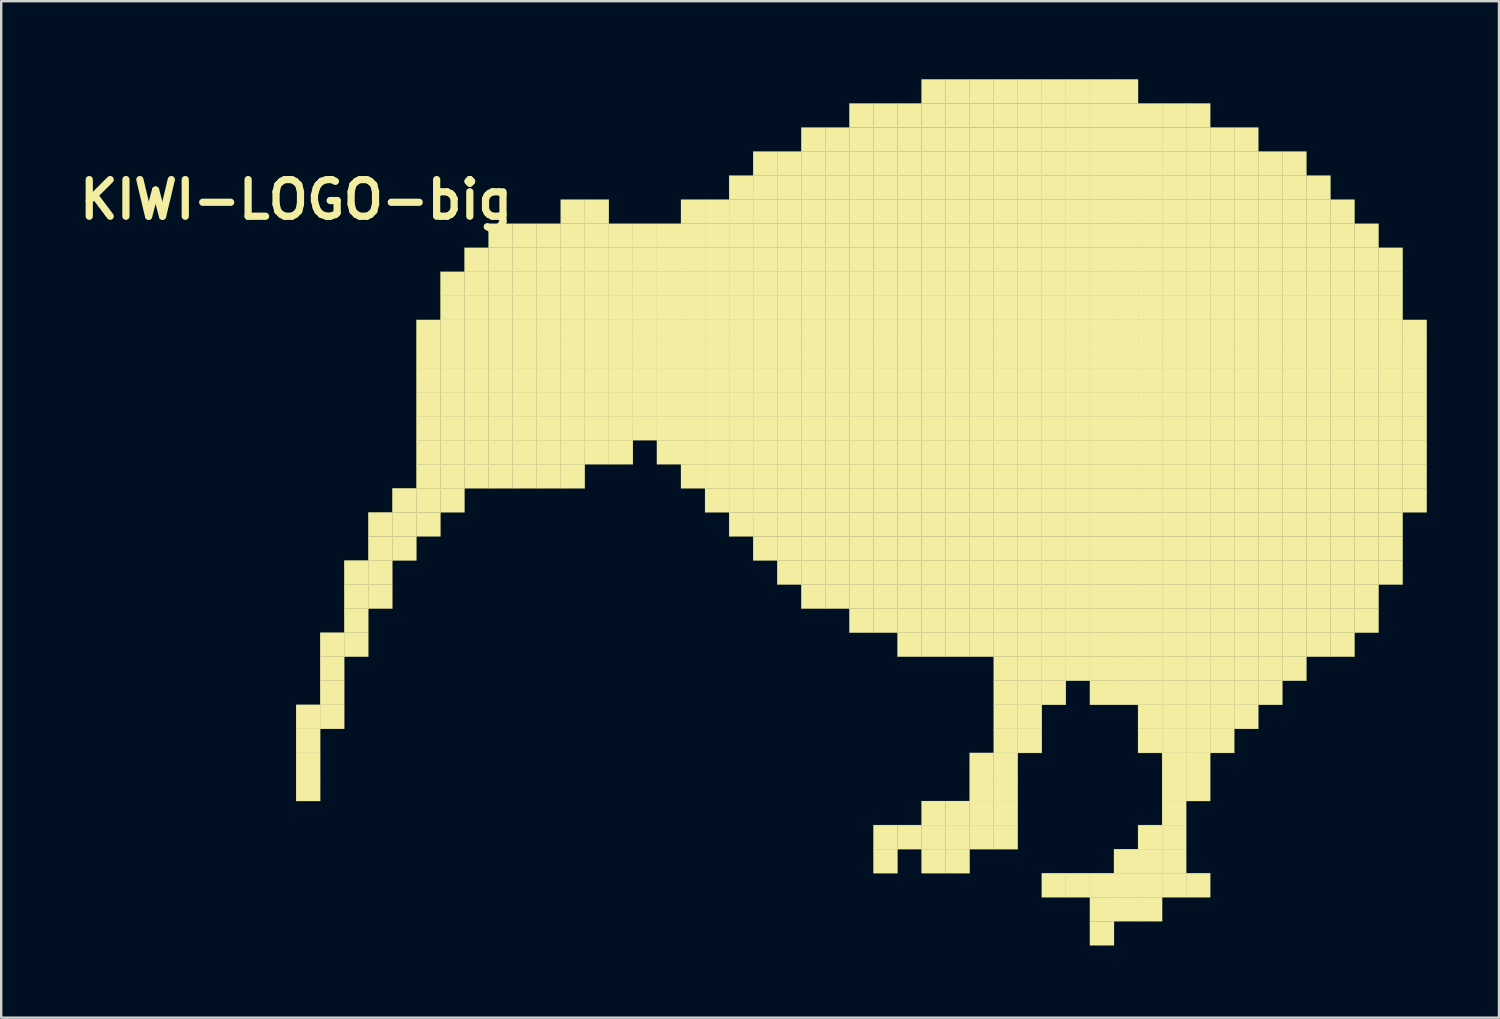
<source format=kicad_pcb>
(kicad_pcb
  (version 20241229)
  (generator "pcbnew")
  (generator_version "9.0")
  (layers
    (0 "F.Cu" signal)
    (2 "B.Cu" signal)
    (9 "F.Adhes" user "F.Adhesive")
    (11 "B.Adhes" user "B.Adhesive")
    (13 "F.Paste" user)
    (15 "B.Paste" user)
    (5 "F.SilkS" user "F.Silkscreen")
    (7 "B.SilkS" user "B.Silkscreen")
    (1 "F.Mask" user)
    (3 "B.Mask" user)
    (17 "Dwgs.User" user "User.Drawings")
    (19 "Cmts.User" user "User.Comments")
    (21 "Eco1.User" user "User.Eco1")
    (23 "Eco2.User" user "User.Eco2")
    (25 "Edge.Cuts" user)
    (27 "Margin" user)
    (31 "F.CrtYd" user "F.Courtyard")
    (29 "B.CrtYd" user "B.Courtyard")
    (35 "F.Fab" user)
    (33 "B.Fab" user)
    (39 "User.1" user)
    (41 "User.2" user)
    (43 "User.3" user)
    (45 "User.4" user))
  (footprint "KIWI-LOGO-big"
    (layer "F.Cu")
    (at 9.26 0.25)
    (property "Reference" "KIWI-LOGO-big" (at 0 5 0) (layer "F.SilkS") (effects (font (size 1.524 1.524) (thickness 0.3))))
    (attr through_hole)
    (fp_poly (pts (xy 0 26) (xy 1 26) (xy 1 27) (xy 0 27) (xy 0 26)) (stroke (width 0.01) (type solid)) (fill yes) (layer "F.SilkS"))
    (fp_poly (pts (xy 0 27) (xy 1 27) (xy 1 28) (xy 0 28) (xy 0 27)) (stroke (width 0.01) (type solid)) (fill yes) (layer "F.SilkS"))
    (fp_poly (pts (xy 0 28) (xy 1 28) (xy 1 29) (xy 0 29) (xy 0 28)) (stroke (width 0.01) (type solid)) (fill yes) (layer "F.SilkS"))
    (fp_poly (pts (xy 0 29) (xy 1 29) (xy 1 30) (xy 0 30) (xy 0 29)) (stroke (width 0.01) (type solid)) (fill yes) (layer "F.SilkS"))
    (fp_poly (pts (xy 1 23) (xy 2 23) (xy 2 24) (xy 1 24) (xy 1 23)) (stroke (width 0.01) (type solid)) (fill yes) (layer "F.SilkS"))
    (fp_poly (pts (xy 1 24) (xy 2 24) (xy 2 25) (xy 1 25) (xy 1 24)) (stroke (width 0.01) (type solid)) (fill yes) (layer "F.SilkS"))
    (fp_poly (pts (xy 1 25) (xy 2 25) (xy 2 26) (xy 1 26) (xy 1 25)) (stroke (width 0.01) (type solid)) (fill yes) (layer "F.SilkS"))
    (fp_poly (pts (xy 1 26) (xy 2 26) (xy 2 27) (xy 1 27) (xy 1 26)) (stroke (width 0.01) (type solid)) (fill yes) (layer "F.SilkS"))
    (fp_poly (pts (xy 2 20) (xy 3 20) (xy 3 21) (xy 2 21) (xy 2 20)) (stroke (width 0.01) (type solid)) (fill yes) (layer "F.SilkS"))
    (fp_poly (pts (xy 2 21) (xy 3 21) (xy 3 22) (xy 2 22) (xy 2 21)) (stroke (width 0.01) (type solid)) (fill yes) (layer "F.SilkS"))
    (fp_poly (pts (xy 2 22) (xy 3 22) (xy 3 23) (xy 2 23) (xy 2 22)) (stroke (width 0.01) (type solid)) (fill yes) (layer "F.SilkS"))
    (fp_poly (pts (xy 2 23) (xy 3 23) (xy 3 24) (xy 2 24) (xy 2 23)) (stroke (width 0.01) (type solid)) (fill yes) (layer "F.SilkS"))
    (fp_poly (pts (xy 3 18) (xy 4 18) (xy 4 19) (xy 3 19) (xy 3 18)) (stroke (width 0.01) (type solid)) (fill yes) (layer "F.SilkS"))
    (fp_poly (pts (xy 3 19) (xy 4 19) (xy 4 20) (xy 3 20) (xy 3 19)) (stroke (width 0.01) (type solid)) (fill yes) (layer "F.SilkS"))
    (fp_poly (pts (xy 3 20) (xy 4 20) (xy 4 21) (xy 3 21) (xy 3 20)) (stroke (width 0.01) (type solid)) (fill yes) (layer "F.SilkS"))
    (fp_poly (pts (xy 3 21) (xy 4 21) (xy 4 22) (xy 3 22) (xy 3 21)) (stroke (width 0.01) (type solid)) (fill yes) (layer "F.SilkS"))
    (fp_poly (pts (xy 4 17) (xy 5 17) (xy 5 18) (xy 4 18) (xy 4 17)) (stroke (width 0.01) (type solid)) (fill yes) (layer "F.SilkS"))
    (fp_poly (pts (xy 4 18) (xy 5 18) (xy 5 19) (xy 4 19) (xy 4 18)) (stroke (width 0.01) (type solid)) (fill yes) (layer "F.SilkS"))
    (fp_poly (pts (xy 4 19) (xy 5 19) (xy 5 20) (xy 4 20) (xy 4 19)) (stroke (width 0.01) (type solid)) (fill yes) (layer "F.SilkS"))
    (fp_poly (pts (xy 5 10) (xy 6 10) (xy 6 11) (xy 5 11) (xy 5 10)) (stroke (width 0.01) (type solid)) (fill yes) (layer "F.SilkS"))
    (fp_poly (pts (xy 5 11) (xy 6 11) (xy 6 12) (xy 5 12) (xy 5 11)) (stroke (width 0.01) (type solid)) (fill yes) (layer "F.SilkS"))
    (fp_poly (pts (xy 5 12) (xy 6 12) (xy 6 13) (xy 5 13) (xy 5 12)) (stroke (width 0.01) (type solid)) (fill yes) (layer "F.SilkS"))
    (fp_poly (pts (xy 5 13) (xy 6 13) (xy 6 14) (xy 5 14) (xy 5 13)) (stroke (width 0.01) (type solid)) (fill yes) (layer "F.SilkS"))
    (fp_poly (pts (xy 5 14) (xy 6 14) (xy 6 15) (xy 5 15) (xy 5 14)) (stroke (width 0.01) (type solid)) (fill yes) (layer "F.SilkS"))
    (fp_poly (pts (xy 5 15) (xy 6 15) (xy 6 16) (xy 5 16) (xy 5 15)) (stroke (width 0.01) (type solid)) (fill yes) (layer "F.SilkS"))
    (fp_poly (pts (xy 5 16) (xy 6 16) (xy 6 17) (xy 5 17) (xy 5 16)) (stroke (width 0.01) (type solid)) (fill yes) (layer "F.SilkS"))
    (fp_poly (pts (xy 5 17) (xy 6 17) (xy 6 18) (xy 5 18) (xy 5 17)) (stroke (width 0.01) (type solid)) (fill yes) (layer "F.SilkS"))
    (fp_poly (pts (xy 5 18) (xy 6 18) (xy 6 19) (xy 5 19) (xy 5 18)) (stroke (width 0.01) (type solid)) (fill yes) (layer "F.SilkS"))
    (fp_poly (pts (xy 6 8) (xy 7 8) (xy 7 9) (xy 6 9) (xy 6 8)) (stroke (width 0.01) (type solid)) (fill yes) (layer "F.SilkS"))
    (fp_poly (pts (xy 6 9) (xy 7 9) (xy 7 10) (xy 6 10) (xy 6 9)) (stroke (width 0.01) (type solid)) (fill yes) (layer "F.SilkS"))
    (fp_poly (pts (xy 6 10) (xy 7 10) (xy 7 11) (xy 6 11) (xy 6 10)) (stroke (width 0.01) (type solid)) (fill yes) (layer "F.SilkS"))
    (fp_poly (pts (xy 6 11) (xy 7 11) (xy 7 12) (xy 6 12) (xy 6 11)) (stroke (width 0.01) (type solid)) (fill yes) (layer "F.SilkS"))
    (fp_poly (pts (xy 6 12) (xy 7 12) (xy 7 13) (xy 6 13) (xy 6 12)) (stroke (width 0.01) (type solid)) (fill yes) (layer "F.SilkS"))
    (fp_poly (pts (xy 6 13) (xy 7 13) (xy 7 14) (xy 6 14) (xy 6 13)) (stroke (width 0.01) (type solid)) (fill yes) (layer "F.SilkS"))
    (fp_poly (pts (xy 6 14) (xy 7 14) (xy 7 15) (xy 6 15) (xy 6 14)) (stroke (width 0.01) (type solid)) (fill yes) (layer "F.SilkS"))
    (fp_poly (pts (xy 6 15) (xy 7 15) (xy 7 16) (xy 6 16) (xy 6 15)) (stroke (width 0.01) (type solid)) (fill yes) (layer "F.SilkS"))
    (fp_poly (pts (xy 6 16) (xy 7 16) (xy 7 17) (xy 6 17) (xy 6 16)) (stroke (width 0.01) (type solid)) (fill yes) (layer "F.SilkS"))
    (fp_poly (pts (xy 6 17) (xy 7 17) (xy 7 18) (xy 6 18) (xy 6 17)) (stroke (width 0.01) (type solid)) (fill yes) (layer "F.SilkS"))
    (fp_poly (pts (xy 7 7) (xy 8 7) (xy 8 8) (xy 7 8) (xy 7 7)) (stroke (width 0.01) (type solid)) (fill yes) (layer "F.SilkS"))
    (fp_poly (pts (xy 7 8) (xy 8 8) (xy 8 9) (xy 7 9) (xy 7 8)) (stroke (width 0.01) (type solid)) (fill yes) (layer "F.SilkS"))
    (fp_poly (pts (xy 7 9) (xy 8 9) (xy 8 10) (xy 7 10) (xy 7 9)) (stroke (width 0.01) (type solid)) (fill yes) (layer "F.SilkS"))
    (fp_poly (pts (xy 7 10) (xy 8 10) (xy 8 11) (xy 7 11) (xy 7 10)) (stroke (width 0.01) (type solid)) (fill yes) (layer "F.SilkS"))
    (fp_poly (pts (xy 7 11) (xy 8 11) (xy 8 12) (xy 7 12) (xy 7 11)) (stroke (width 0.01) (type solid)) (fill yes) (layer "F.SilkS"))
    (fp_poly (pts (xy 7 12) (xy 8 12) (xy 8 13) (xy 7 13) (xy 7 12)) (stroke (width 0.01) (type solid)) (fill yes) (layer "F.SilkS"))
    (fp_poly (pts (xy 7 13) (xy 8 13) (xy 8 14) (xy 7 14) (xy 7 13)) (stroke (width 0.01) (type solid)) (fill yes) (layer "F.SilkS"))
    (fp_poly (pts (xy 7 14) (xy 8 14) (xy 8 15) (xy 7 15) (xy 7 14)) (stroke (width 0.01) (type solid)) (fill yes) (layer "F.SilkS"))
    (fp_poly (pts (xy 7 15) (xy 8 15) (xy 8 16) (xy 7 16) (xy 7 15)) (stroke (width 0.01) (type solid)) (fill yes) (layer "F.SilkS"))
    (fp_poly (pts (xy 7 16) (xy 8 16) (xy 8 17) (xy 7 17) (xy 7 16)) (stroke (width 0.01) (type solid)) (fill yes) (layer "F.SilkS"))
    (fp_poly (pts (xy 8 6) (xy 9 6) (xy 9 7) (xy 8 7) (xy 8 6)) (stroke (width 0.01) (type solid)) (fill yes) (layer "F.SilkS"))
    (fp_poly (pts (xy 8 7) (xy 9 7) (xy 9 8) (xy 8 8) (xy 8 7)) (stroke (width 0.01) (type solid)) (fill yes) (layer "F.SilkS"))
    (fp_poly (pts (xy 8 8) (xy 9 8) (xy 9 9) (xy 8 9) (xy 8 8)) (stroke (width 0.01) (type solid)) (fill yes) (layer "F.SilkS"))
    (fp_poly (pts (xy 8 9) (xy 9 9) (xy 9 10) (xy 8 10) (xy 8 9)) (stroke (width 0.01) (type solid)) (fill yes) (layer "F.SilkS"))
    (fp_poly (pts (xy 8 10) (xy 9 10) (xy 9 11) (xy 8 11) (xy 8 10)) (stroke (width 0.01) (type solid)) (fill yes) (layer "F.SilkS"))
    (fp_poly (pts (xy 8 11) (xy 9 11) (xy 9 12) (xy 8 12) (xy 8 11)) (stroke (width 0.01) (type solid)) (fill yes) (layer "F.SilkS"))
    (fp_poly (pts (xy 8 12) (xy 9 12) (xy 9 13) (xy 8 13) (xy 8 12)) (stroke (width 0.01) (type solid)) (fill yes) (layer "F.SilkS"))
    (fp_poly (pts (xy 8 13) (xy 9 13) (xy 9 14) (xy 8 14) (xy 8 13)) (stroke (width 0.01) (type solid)) (fill yes) (layer "F.SilkS"))
    (fp_poly (pts (xy 8 14) (xy 9 14) (xy 9 15) (xy 8 15) (xy 8 14)) (stroke (width 0.01) (type solid)) (fill yes) (layer "F.SilkS"))
    (fp_poly (pts (xy 8 15) (xy 9 15) (xy 9 16) (xy 8 16) (xy 8 15)) (stroke (width 0.01) (type solid)) (fill yes) (layer "F.SilkS"))
    (fp_poly (pts (xy 8 16) (xy 9 16) (xy 9 17) (xy 8 17) (xy 8 16)) (stroke (width 0.01) (type solid)) (fill yes) (layer "F.SilkS"))
    (fp_poly (pts (xy 9 6) (xy 10 6) (xy 10 7) (xy 9 7) (xy 9 6)) (stroke (width 0.01) (type solid)) (fill yes) (layer "F.SilkS"))
    (fp_poly (pts (xy 9 7) (xy 10 7) (xy 10 8) (xy 9 8) (xy 9 7)) (stroke (width 0.01) (type solid)) (fill yes) (layer "F.SilkS"))
    (fp_poly (pts (xy 9 8) (xy 10 8) (xy 10 9) (xy 9 9) (xy 9 8)) (stroke (width 0.01) (type solid)) (fill yes) (layer "F.SilkS"))
    (fp_poly (pts (xy 9 9) (xy 10 9) (xy 10 10) (xy 9 10) (xy 9 9)) (stroke (width 0.01) (type solid)) (fill yes) (layer "F.SilkS"))
    (fp_poly (pts (xy 9 10) (xy 10 10) (xy 10 11) (xy 9 11) (xy 9 10)) (stroke (width 0.01) (type solid)) (fill yes) (layer "F.SilkS"))
    (fp_poly (pts (xy 9 11) (xy 10 11) (xy 10 12) (xy 9 12) (xy 9 11)) (stroke (width 0.01) (type solid)) (fill yes) (layer "F.SilkS"))
    (fp_poly (pts (xy 9 12) (xy 10 12) (xy 10 13) (xy 9 13) (xy 9 12)) (stroke (width 0.01) (type solid)) (fill yes) (layer "F.SilkS"))
    (fp_poly (pts (xy 9 13) (xy 10 13) (xy 10 14) (xy 9 14) (xy 9 13)) (stroke (width 0.01) (type solid)) (fill yes) (layer "F.SilkS"))
    (fp_poly (pts (xy 9 14) (xy 10 14) (xy 10 15) (xy 9 15) (xy 9 14)) (stroke (width 0.01) (type solid)) (fill yes) (layer "F.SilkS"))
    (fp_poly (pts (xy 9 15) (xy 10 15) (xy 10 16) (xy 9 16) (xy 9 15)) (stroke (width 0.01) (type solid)) (fill yes) (layer "F.SilkS"))
    (fp_poly (pts (xy 9 16) (xy 10 16) (xy 10 17) (xy 9 17) (xy 9 16)) (stroke (width 0.01) (type solid)) (fill yes) (layer "F.SilkS"))
    (fp_poly (pts (xy 10 6) (xy 11 6) (xy 11 7) (xy 10 7) (xy 10 6)) (stroke (width 0.01) (type solid)) (fill yes) (layer "F.SilkS"))
    (fp_poly (pts (xy 10 7) (xy 11 7) (xy 11 8) (xy 10 8) (xy 10 7)) (stroke (width 0.01) (type solid)) (fill yes) (layer "F.SilkS"))
    (fp_poly (pts (xy 10 8) (xy 11 8) (xy 11 9) (xy 10 9) (xy 10 8)) (stroke (width 0.01) (type solid)) (fill yes) (layer "F.SilkS"))
    (fp_poly (pts (xy 10 9) (xy 11 9) (xy 11 10) (xy 10 10) (xy 10 9)) (stroke (width 0.01) (type solid)) (fill yes) (layer "F.SilkS"))
    (fp_poly (pts (xy 10 10) (xy 11 10) (xy 11 11) (xy 10 11) (xy 10 10)) (stroke (width 0.01) (type solid)) (fill yes) (layer "F.SilkS"))
    (fp_poly (pts (xy 10 11) (xy 11 11) (xy 11 12) (xy 10 12) (xy 10 11)) (stroke (width 0.01) (type solid)) (fill yes) (layer "F.SilkS"))
    (fp_poly (pts (xy 10 12) (xy 11 12) (xy 11 13) (xy 10 13) (xy 10 12)) (stroke (width 0.01) (type solid)) (fill yes) (layer "F.SilkS"))
    (fp_poly (pts (xy 10 13) (xy 11 13) (xy 11 14) (xy 10 14) (xy 10 13)) (stroke (width 0.01) (type solid)) (fill yes) (layer "F.SilkS"))
    (fp_poly (pts (xy 10 14) (xy 11 14) (xy 11 15) (xy 10 15) (xy 10 14)) (stroke (width 0.01) (type solid)) (fill yes) (layer "F.SilkS"))
    (fp_poly (pts (xy 10 15) (xy 11 15) (xy 11 16) (xy 10 16) (xy 10 15)) (stroke (width 0.01) (type solid)) (fill yes) (layer "F.SilkS"))
    (fp_poly (pts (xy 10 16) (xy 11 16) (xy 11 17) (xy 10 17) (xy 10 16)) (stroke (width 0.01) (type solid)) (fill yes) (layer "F.SilkS"))
    (fp_poly (pts (xy 11 5) (xy 12 5) (xy 12 6) (xy 11 6) (xy 11 5)) (stroke (width 0.01) (type solid)) (fill yes) (layer "F.SilkS"))
    (fp_poly (pts (xy 11 6) (xy 12 6) (xy 12 7) (xy 11 7) (xy 11 6)) (stroke (width 0.01) (type solid)) (fill yes) (layer "F.SilkS"))
    (fp_poly (pts (xy 11 7) (xy 12 7) (xy 12 8) (xy 11 8) (xy 11 7)) (stroke (width 0.01) (type solid)) (fill yes) (layer "F.SilkS"))
    (fp_poly (pts (xy 11 8) (xy 12 8) (xy 12 9) (xy 11 9) (xy 11 8)) (stroke (width 0.01) (type solid)) (fill yes) (layer "F.SilkS"))
    (fp_poly (pts (xy 11 9) (xy 12 9) (xy 12 10) (xy 11 10) (xy 11 9)) (stroke (width 0.01) (type solid)) (fill yes) (layer "F.SilkS"))
    (fp_poly (pts (xy 11 10) (xy 12 10) (xy 12 11) (xy 11 11) (xy 11 10)) (stroke (width 0.01) (type solid)) (fill yes) (layer "F.SilkS"))
    (fp_poly (pts (xy 11 11) (xy 12 11) (xy 12 12) (xy 11 12) (xy 11 11)) (stroke (width 0.01) (type solid)) (fill yes) (layer "F.SilkS"))
    (fp_poly (pts (xy 11 12) (xy 12 12) (xy 12 13) (xy 11 13) (xy 11 12)) (stroke (width 0.01) (type solid)) (fill yes) (layer "F.SilkS"))
    (fp_poly (pts (xy 11 13) (xy 12 13) (xy 12 14) (xy 11 14) (xy 11 13)) (stroke (width 0.01) (type solid)) (fill yes) (layer "F.SilkS"))
    (fp_poly (pts (xy 11 14) (xy 12 14) (xy 12 15) (xy 11 15) (xy 11 14)) (stroke (width 0.01) (type solid)) (fill yes) (layer "F.SilkS"))
    (fp_poly (pts (xy 11 15) (xy 12 15) (xy 12 16) (xy 11 16) (xy 11 15)) (stroke (width 0.01) (type solid)) (fill yes) (layer "F.SilkS"))
    (fp_poly (pts (xy 11 16) (xy 12 16) (xy 12 17) (xy 11 17) (xy 11 16)) (stroke (width 0.01) (type solid)) (fill yes) (layer "F.SilkS"))
    (fp_poly (pts (xy 12 5) (xy 13 5) (xy 13 6) (xy 12 6) (xy 12 5)) (stroke (width 0.01) (type solid)) (fill yes) (layer "F.SilkS"))
    (fp_poly (pts (xy 12 6) (xy 13 6) (xy 13 7) (xy 12 7) (xy 12 6)) (stroke (width 0.01) (type solid)) (fill yes) (layer "F.SilkS"))
    (fp_poly (pts (xy 12 7) (xy 13 7) (xy 13 8) (xy 12 8) (xy 12 7)) (stroke (width 0.01) (type solid)) (fill yes) (layer "F.SilkS"))
    (fp_poly (pts (xy 12 8) (xy 13 8) (xy 13 9) (xy 12 9) (xy 12 8)) (stroke (width 0.01) (type solid)) (fill yes) (layer "F.SilkS"))
    (fp_poly (pts (xy 12 9) (xy 13 9) (xy 13 10) (xy 12 10) (xy 12 9)) (stroke (width 0.01) (type solid)) (fill yes) (layer "F.SilkS"))
    (fp_poly (pts (xy 12 10) (xy 13 10) (xy 13 11) (xy 12 11) (xy 12 10)) (stroke (width 0.01) (type solid)) (fill yes) (layer "F.SilkS"))
    (fp_poly (pts (xy 12 11) (xy 13 11) (xy 13 12) (xy 12 12) (xy 12 11)) (stroke (width 0.01) (type solid)) (fill yes) (layer "F.SilkS"))
    (fp_poly (pts (xy 12 12) (xy 13 12) (xy 13 13) (xy 12 13) (xy 12 12)) (stroke (width 0.01) (type solid)) (fill yes) (layer "F.SilkS"))
    (fp_poly (pts (xy 12 13) (xy 13 13) (xy 13 14) (xy 12 14) (xy 12 13)) (stroke (width 0.01) (type solid)) (fill yes) (layer "F.SilkS"))
    (fp_poly (pts (xy 12 14) (xy 13 14) (xy 13 15) (xy 12 15) (xy 12 14)) (stroke (width 0.01) (type solid)) (fill yes) (layer "F.SilkS"))
    (fp_poly (pts (xy 12 15) (xy 13 15) (xy 13 16) (xy 12 16) (xy 12 15)) (stroke (width 0.01) (type solid)) (fill yes) (layer "F.SilkS"))
    (fp_poly (pts (xy 13 6) (xy 14 6) (xy 14 7) (xy 13 7) (xy 13 6)) (stroke (width 0.01) (type solid)) (fill yes) (layer "F.SilkS"))
    (fp_poly (pts (xy 13 7) (xy 14 7) (xy 14 8) (xy 13 8) (xy 13 7)) (stroke (width 0.01) (type solid)) (fill yes) (layer "F.SilkS"))
    (fp_poly (pts (xy 13 8) (xy 14 8) (xy 14 9) (xy 13 9) (xy 13 8)) (stroke (width 0.01) (type solid)) (fill yes) (layer "F.SilkS"))
    (fp_poly (pts (xy 13 9) (xy 14 9) (xy 14 10) (xy 13 10) (xy 13 9)) (stroke (width 0.01) (type solid)) (fill yes) (layer "F.SilkS"))
    (fp_poly (pts (xy 13 10) (xy 14 10) (xy 14 11) (xy 13 11) (xy 13 10)) (stroke (width 0.01) (type solid)) (fill yes) (layer "F.SilkS"))
    (fp_poly (pts (xy 13 11) (xy 14 11) (xy 14 12) (xy 13 12) (xy 13 11)) (stroke (width 0.01) (type solid)) (fill yes) (layer "F.SilkS"))
    (fp_poly (pts (xy 13 12) (xy 14 12) (xy 14 13) (xy 13 13) (xy 13 12)) (stroke (width 0.01) (type solid)) (fill yes) (layer "F.SilkS"))
    (fp_poly (pts (xy 13 13) (xy 14 13) (xy 14 14) (xy 13 14) (xy 13 13)) (stroke (width 0.01) (type solid)) (fill yes) (layer "F.SilkS"))
    (fp_poly (pts (xy 13 14) (xy 14 14) (xy 14 15) (xy 13 15) (xy 13 14)) (stroke (width 0.01) (type solid)) (fill yes) (layer "F.SilkS"))
    (fp_poly (pts (xy 13 15) (xy 14 15) (xy 14 16) (xy 13 16) (xy 13 15)) (stroke (width 0.01) (type solid)) (fill yes) (layer "F.SilkS"))
    (fp_poly (pts (xy 14 6) (xy 15 6) (xy 15 7) (xy 14 7) (xy 14 6)) (stroke (width 0.01) (type solid)) (fill yes) (layer "F.SilkS"))
    (fp_poly (pts (xy 14 7) (xy 15 7) (xy 15 8) (xy 14 8) (xy 14 7)) (stroke (width 0.01) (type solid)) (fill yes) (layer "F.SilkS"))
    (fp_poly (pts (xy 14 8) (xy 15 8) (xy 15 9) (xy 14 9) (xy 14 8)) (stroke (width 0.01) (type solid)) (fill yes) (layer "F.SilkS"))
    (fp_poly (pts (xy 14 9) (xy 15 9) (xy 15 10) (xy 14 10) (xy 14 9)) (stroke (width 0.01) (type solid)) (fill yes) (layer "F.SilkS"))
    (fp_poly (pts (xy 14 10) (xy 15 10) (xy 15 11) (xy 14 11) (xy 14 10)) (stroke (width 0.01) (type solid)) (fill yes) (layer "F.SilkS"))
    (fp_poly (pts (xy 14 11) (xy 15 11) (xy 15 12) (xy 14 12) (xy 14 11)) (stroke (width 0.01) (type solid)) (fill yes) (layer "F.SilkS"))
    (fp_poly (pts (xy 14 12) (xy 15 12) (xy 15 13) (xy 14 13) (xy 14 12)) (stroke (width 0.01) (type solid)) (fill yes) (layer "F.SilkS"))
    (fp_poly (pts (xy 14 13) (xy 15 13) (xy 15 14) (xy 14 14) (xy 14 13)) (stroke (width 0.01) (type solid)) (fill yes) (layer "F.SilkS"))
    (fp_poly (pts (xy 14 14) (xy 15 14) (xy 15 15) (xy 14 15) (xy 14 14)) (stroke (width 0.01) (type solid)) (fill yes) (layer "F.SilkS"))
    (fp_poly (pts (xy 15 6) (xy 16 6) (xy 16 7) (xy 15 7) (xy 15 6)) (stroke (width 0.01) (type solid)) (fill yes) (layer "F.SilkS"))
    (fp_poly (pts (xy 15 7) (xy 16 7) (xy 16 8) (xy 15 8) (xy 15 7)) (stroke (width 0.01) (type solid)) (fill yes) (layer "F.SilkS"))
    (fp_poly (pts (xy 15 8) (xy 16 8) (xy 16 9) (xy 15 9) (xy 15 8)) (stroke (width 0.01) (type solid)) (fill yes) (layer "F.SilkS"))
    (fp_poly (pts (xy 15 9) (xy 16 9) (xy 16 10) (xy 15 10) (xy 15 9)) (stroke (width 0.01) (type solid)) (fill yes) (layer "F.SilkS"))
    (fp_poly (pts (xy 15 10) (xy 16 10) (xy 16 11) (xy 15 11) (xy 15 10)) (stroke (width 0.01) (type solid)) (fill yes) (layer "F.SilkS"))
    (fp_poly (pts (xy 15 11) (xy 16 11) (xy 16 12) (xy 15 12) (xy 15 11)) (stroke (width 0.01) (type solid)) (fill yes) (layer "F.SilkS"))
    (fp_poly (pts (xy 15 12) (xy 16 12) (xy 16 13) (xy 15 13) (xy 15 12)) (stroke (width 0.01) (type solid)) (fill yes) (layer "F.SilkS"))
    (fp_poly (pts (xy 15 13) (xy 16 13) (xy 16 14) (xy 15 14) (xy 15 13)) (stroke (width 0.01) (type solid)) (fill yes) (layer "F.SilkS"))
    (fp_poly (pts (xy 15 14) (xy 16 14) (xy 16 15) (xy 15 15) (xy 15 14)) (stroke (width 0.01) (type solid)) (fill yes) (layer "F.SilkS"))
    (fp_poly (pts (xy 15 15) (xy 16 15) (xy 16 16) (xy 15 16) (xy 15 15)) (stroke (width 0.01) (type solid)) (fill yes) (layer "F.SilkS"))
    (fp_poly (pts (xy 16 5) (xy 17 5) (xy 17 6) (xy 16 6) (xy 16 5)) (stroke (width 0.01) (type solid)) (fill yes) (layer "F.SilkS"))
    (fp_poly (pts (xy 16 6) (xy 17 6) (xy 17 7) (xy 16 7) (xy 16 6)) (stroke (width 0.01) (type solid)) (fill yes) (layer "F.SilkS"))
    (fp_poly (pts (xy 16 7) (xy 17 7) (xy 17 8) (xy 16 8) (xy 16 7)) (stroke (width 0.01) (type solid)) (fill yes) (layer "F.SilkS"))
    (fp_poly (pts (xy 16 8) (xy 17 8) (xy 17 9) (xy 16 9) (xy 16 8)) (stroke (width 0.01) (type solid)) (fill yes) (layer "F.SilkS"))
    (fp_poly (pts (xy 16 9) (xy 17 9) (xy 17 10) (xy 16 10) (xy 16 9)) (stroke (width 0.01) (type solid)) (fill yes) (layer "F.SilkS"))
    (fp_poly (pts (xy 16 10) (xy 17 10) (xy 17 11) (xy 16 11) (xy 16 10)) (stroke (width 0.01) (type solid)) (fill yes) (layer "F.SilkS"))
    (fp_poly (pts (xy 16 11) (xy 17 11) (xy 17 12) (xy 16 12) (xy 16 11)) (stroke (width 0.01) (type solid)) (fill yes) (layer "F.SilkS"))
    (fp_poly (pts (xy 16 12) (xy 17 12) (xy 17 13) (xy 16 13) (xy 16 12)) (stroke (width 0.01) (type solid)) (fill yes) (layer "F.SilkS"))
    (fp_poly (pts (xy 16 13) (xy 17 13) (xy 17 14) (xy 16 14) (xy 16 13)) (stroke (width 0.01) (type solid)) (fill yes) (layer "F.SilkS"))
    (fp_poly (pts (xy 16 14) (xy 17 14) (xy 17 15) (xy 16 15) (xy 16 14)) (stroke (width 0.01) (type solid)) (fill yes) (layer "F.SilkS"))
    (fp_poly (pts (xy 16 15) (xy 17 15) (xy 17 16) (xy 16 16) (xy 16 15)) (stroke (width 0.01) (type solid)) (fill yes) (layer "F.SilkS"))
    (fp_poly (pts (xy 16 16) (xy 17 16) (xy 17 17) (xy 16 17) (xy 16 16)) (stroke (width 0.01) (type solid)) (fill yes) (layer "F.SilkS"))
    (fp_poly (pts (xy 17 5) (xy 18 5) (xy 18 6) (xy 17 6) (xy 17 5)) (stroke (width 0.01) (type solid)) (fill yes) (layer "F.SilkS"))
    (fp_poly (pts (xy 17 6) (xy 18 6) (xy 18 7) (xy 17 7) (xy 17 6)) (stroke (width 0.01) (type solid)) (fill yes) (layer "F.SilkS"))
    (fp_poly (pts (xy 17 7) (xy 18 7) (xy 18 8) (xy 17 8) (xy 17 7)) (stroke (width 0.01) (type solid)) (fill yes) (layer "F.SilkS"))
    (fp_poly (pts (xy 17 8) (xy 18 8) (xy 18 9) (xy 17 9) (xy 17 8)) (stroke (width 0.01) (type solid)) (fill yes) (layer "F.SilkS"))
    (fp_poly (pts (xy 17 9) (xy 18 9) (xy 18 10) (xy 17 10) (xy 17 9)) (stroke (width 0.01) (type solid)) (fill yes) (layer "F.SilkS"))
    (fp_poly (pts (xy 17 10) (xy 18 10) (xy 18 11) (xy 17 11) (xy 17 10)) (stroke (width 0.01) (type solid)) (fill yes) (layer "F.SilkS"))
    (fp_poly (pts (xy 17 11) (xy 18 11) (xy 18 12) (xy 17 12) (xy 17 11)) (stroke (width 0.01) (type solid)) (fill yes) (layer "F.SilkS"))
    (fp_poly (pts (xy 17 12) (xy 18 12) (xy 18 13) (xy 17 13) (xy 17 12)) (stroke (width 0.01) (type solid)) (fill yes) (layer "F.SilkS"))
    (fp_poly (pts (xy 17 13) (xy 18 13) (xy 18 14) (xy 17 14) (xy 17 13)) (stroke (width 0.01) (type solid)) (fill yes) (layer "F.SilkS"))
    (fp_poly (pts (xy 17 14) (xy 18 14) (xy 18 15) (xy 17 15) (xy 17 14)) (stroke (width 0.01) (type solid)) (fill yes) (layer "F.SilkS"))
    (fp_poly (pts (xy 17 15) (xy 18 15) (xy 18 16) (xy 17 16) (xy 17 15)) (stroke (width 0.01) (type solid)) (fill yes) (layer "F.SilkS"))
    (fp_poly (pts (xy 17 16) (xy 18 16) (xy 18 17) (xy 17 17) (xy 17 16)) (stroke (width 0.01) (type solid)) (fill yes) (layer "F.SilkS"))
    (fp_poly (pts (xy 17 17) (xy 18 17) (xy 18 18) (xy 17 18) (xy 17 17)) (stroke (width 0.01) (type solid)) (fill yes) (layer "F.SilkS"))
    (fp_poly (pts (xy 18 4) (xy 19 4) (xy 19 5) (xy 18 5) (xy 18 4)) (stroke (width 0.01) (type solid)) (fill yes) (layer "F.SilkS"))
    (fp_poly (pts (xy 18 5) (xy 19 5) (xy 19 6) (xy 18 6) (xy 18 5)) (stroke (width 0.01) (type solid)) (fill yes) (layer "F.SilkS"))
    (fp_poly (pts (xy 18 6) (xy 19 6) (xy 19 7) (xy 18 7) (xy 18 6)) (stroke (width 0.01) (type solid)) (fill yes) (layer "F.SilkS"))
    (fp_poly (pts (xy 18 7) (xy 19 7) (xy 19 8) (xy 18 8) (xy 18 7)) (stroke (width 0.01) (type solid)) (fill yes) (layer "F.SilkS"))
    (fp_poly (pts (xy 18 8) (xy 19 8) (xy 19 9) (xy 18 9) (xy 18 8)) (stroke (width 0.01) (type solid)) (fill yes) (layer "F.SilkS"))
    (fp_poly (pts (xy 18 9) (xy 19 9) (xy 19 10) (xy 18 10) (xy 18 9)) (stroke (width 0.01) (type solid)) (fill yes) (layer "F.SilkS"))
    (fp_poly (pts (xy 18 10) (xy 19 10) (xy 19 11) (xy 18 11) (xy 18 10)) (stroke (width 0.01) (type solid)) (fill yes) (layer "F.SilkS"))
    (fp_poly (pts (xy 18 11) (xy 19 11) (xy 19 12) (xy 18 12) (xy 18 11)) (stroke (width 0.01) (type solid)) (fill yes) (layer "F.SilkS"))
    (fp_poly (pts (xy 18 12) (xy 19 12) (xy 19 13) (xy 18 13) (xy 18 12)) (stroke (width 0.01) (type solid)) (fill yes) (layer "F.SilkS"))
    (fp_poly (pts (xy 18 13) (xy 19 13) (xy 19 14) (xy 18 14) (xy 18 13)) (stroke (width 0.01) (type solid)) (fill yes) (layer "F.SilkS"))
    (fp_poly (pts (xy 18 14) (xy 19 14) (xy 19 15) (xy 18 15) (xy 18 14)) (stroke (width 0.01) (type solid)) (fill yes) (layer "F.SilkS"))
    (fp_poly (pts (xy 18 15) (xy 19 15) (xy 19 16) (xy 18 16) (xy 18 15)) (stroke (width 0.01) (type solid)) (fill yes) (layer "F.SilkS"))
    (fp_poly (pts (xy 18 16) (xy 19 16) (xy 19 17) (xy 18 17) (xy 18 16)) (stroke (width 0.01) (type solid)) (fill yes) (layer "F.SilkS"))
    (fp_poly (pts (xy 18 17) (xy 19 17) (xy 19 18) (xy 18 18) (xy 18 17)) (stroke (width 0.01) (type solid)) (fill yes) (layer "F.SilkS"))
    (fp_poly (pts (xy 18 18) (xy 19 18) (xy 19 19) (xy 18 19) (xy 18 18)) (stroke (width 0.01) (type solid)) (fill yes) (layer "F.SilkS"))
    (fp_poly (pts (xy 19 3) (xy 20 3) (xy 20 4) (xy 19 4) (xy 19 3)) (stroke (width 0.01) (type solid)) (fill yes) (layer "F.SilkS"))
    (fp_poly (pts (xy 19 4) (xy 20 4) (xy 20 5) (xy 19 5) (xy 19 4)) (stroke (width 0.01) (type solid)) (fill yes) (layer "F.SilkS"))
    (fp_poly (pts (xy 19 5) (xy 20 5) (xy 20 6) (xy 19 6) (xy 19 5)) (stroke (width 0.01) (type solid)) (fill yes) (layer "F.SilkS"))
    (fp_poly (pts (xy 19 6) (xy 20 6) (xy 20 7) (xy 19 7) (xy 19 6)) (stroke (width 0.01) (type solid)) (fill yes) (layer "F.SilkS"))
    (fp_poly (pts (xy 19 7) (xy 20 7) (xy 20 8) (xy 19 8) (xy 19 7)) (stroke (width 0.01) (type solid)) (fill yes) (layer "F.SilkS"))
    (fp_poly (pts (xy 19 8) (xy 20 8) (xy 20 9) (xy 19 9) (xy 19 8)) (stroke (width 0.01) (type solid)) (fill yes) (layer "F.SilkS"))
    (fp_poly (pts (xy 19 9) (xy 20 9) (xy 20 10) (xy 19 10) (xy 19 9)) (stroke (width 0.01) (type solid)) (fill yes) (layer "F.SilkS"))
    (fp_poly (pts (xy 19 10) (xy 20 10) (xy 20 11) (xy 19 11) (xy 19 10)) (stroke (width 0.01) (type solid)) (fill yes) (layer "F.SilkS"))
    (fp_poly (pts (xy 19 11) (xy 20 11) (xy 20 12) (xy 19 12) (xy 19 11)) (stroke (width 0.01) (type solid)) (fill yes) (layer "F.SilkS"))
    (fp_poly (pts (xy 19 12) (xy 20 12) (xy 20 13) (xy 19 13) (xy 19 12)) (stroke (width 0.01) (type solid)) (fill yes) (layer "F.SilkS"))
    (fp_poly (pts (xy 19 13) (xy 20 13) (xy 20 14) (xy 19 14) (xy 19 13)) (stroke (width 0.01) (type solid)) (fill yes) (layer "F.SilkS"))
    (fp_poly (pts (xy 19 14) (xy 20 14) (xy 20 15) (xy 19 15) (xy 19 14)) (stroke (width 0.01) (type solid)) (fill yes) (layer "F.SilkS"))
    (fp_poly (pts (xy 19 15) (xy 20 15) (xy 20 16) (xy 19 16) (xy 19 15)) (stroke (width 0.01) (type solid)) (fill yes) (layer "F.SilkS"))
    (fp_poly (pts (xy 19 16) (xy 20 16) (xy 20 17) (xy 19 17) (xy 19 16)) (stroke (width 0.01) (type solid)) (fill yes) (layer "F.SilkS"))
    (fp_poly (pts (xy 19 17) (xy 20 17) (xy 20 18) (xy 19 18) (xy 19 17)) (stroke (width 0.01) (type solid)) (fill yes) (layer "F.SilkS"))
    (fp_poly (pts (xy 19 18) (xy 20 18) (xy 20 19) (xy 19 19) (xy 19 18)) (stroke (width 0.01) (type solid)) (fill yes) (layer "F.SilkS"))
    (fp_poly (pts (xy 19 19) (xy 20 19) (xy 20 20) (xy 19 20) (xy 19 19)) (stroke (width 0.01) (type solid)) (fill yes) (layer "F.SilkS"))
    (fp_poly (pts (xy 20 3) (xy 21 3) (xy 21 4) (xy 20 4) (xy 20 3)) (stroke (width 0.01) (type solid)) (fill yes) (layer "F.SilkS"))
    (fp_poly (pts (xy 20 4) (xy 21 4) (xy 21 5) (xy 20 5) (xy 20 4)) (stroke (width 0.01) (type solid)) (fill yes) (layer "F.SilkS"))
    (fp_poly (pts (xy 20 5) (xy 21 5) (xy 21 6) (xy 20 6) (xy 20 5)) (stroke (width 0.01) (type solid)) (fill yes) (layer "F.SilkS"))
    (fp_poly (pts (xy 20 6) (xy 21 6) (xy 21 7) (xy 20 7) (xy 20 6)) (stroke (width 0.01) (type solid)) (fill yes) (layer "F.SilkS"))
    (fp_poly (pts (xy 20 7) (xy 21 7) (xy 21 8) (xy 20 8) (xy 20 7)) (stroke (width 0.01) (type solid)) (fill yes) (layer "F.SilkS"))
    (fp_poly (pts (xy 20 8) (xy 21 8) (xy 21 9) (xy 20 9) (xy 20 8)) (stroke (width 0.01) (type solid)) (fill yes) (layer "F.SilkS"))
    (fp_poly (pts (xy 20 9) (xy 21 9) (xy 21 10) (xy 20 10) (xy 20 9)) (stroke (width 0.01) (type solid)) (fill yes) (layer "F.SilkS"))
    (fp_poly (pts (xy 20 10) (xy 21 10) (xy 21 11) (xy 20 11) (xy 20 10)) (stroke (width 0.01) (type solid)) (fill yes) (layer "F.SilkS"))
    (fp_poly (pts (xy 20 11) (xy 21 11) (xy 21 12) (xy 20 12) (xy 20 11)) (stroke (width 0.01) (type solid)) (fill yes) (layer "F.SilkS"))
    (fp_poly (pts (xy 20 12) (xy 21 12) (xy 21 13) (xy 20 13) (xy 20 12)) (stroke (width 0.01) (type solid)) (fill yes) (layer "F.SilkS"))
    (fp_poly (pts (xy 20 13) (xy 21 13) (xy 21 14) (xy 20 14) (xy 20 13)) (stroke (width 0.01) (type solid)) (fill yes) (layer "F.SilkS"))
    (fp_poly (pts (xy 20 14) (xy 21 14) (xy 21 15) (xy 20 15) (xy 20 14)) (stroke (width 0.01) (type solid)) (fill yes) (layer "F.SilkS"))
    (fp_poly (pts (xy 20 15) (xy 21 15) (xy 21 16) (xy 20 16) (xy 20 15)) (stroke (width 0.01) (type solid)) (fill yes) (layer "F.SilkS"))
    (fp_poly (pts (xy 20 16) (xy 21 16) (xy 21 17) (xy 20 17) (xy 20 16)) (stroke (width 0.01) (type solid)) (fill yes) (layer "F.SilkS"))
    (fp_poly (pts (xy 20 17) (xy 21 17) (xy 21 18) (xy 20 18) (xy 20 17)) (stroke (width 0.01) (type solid)) (fill yes) (layer "F.SilkS"))
    (fp_poly (pts (xy 20 18) (xy 21 18) (xy 21 19) (xy 20 19) (xy 20 18)) (stroke (width 0.01) (type solid)) (fill yes) (layer "F.SilkS"))
    (fp_poly (pts (xy 20 19) (xy 21 19) (xy 21 20) (xy 20 20) (xy 20 19)) (stroke (width 0.01) (type solid)) (fill yes) (layer "F.SilkS"))
    (fp_poly (pts (xy 20 20) (xy 21 20) (xy 21 21) (xy 20 21) (xy 20 20)) (stroke (width 0.01) (type solid)) (fill yes) (layer "F.SilkS"))
    (fp_poly (pts (xy 21 2) (xy 22 2) (xy 22 3) (xy 21 3) (xy 21 2)) (stroke (width 0.01) (type solid)) (fill yes) (layer "F.SilkS"))
    (fp_poly (pts (xy 21 3) (xy 22 3) (xy 22 4) (xy 21 4) (xy 21 3)) (stroke (width 0.01) (type solid)) (fill yes) (layer "F.SilkS"))
    (fp_poly (pts (xy 21 4) (xy 22 4) (xy 22 5) (xy 21 5) (xy 21 4)) (stroke (width 0.01) (type solid)) (fill yes) (layer "F.SilkS"))
    (fp_poly (pts (xy 21 5) (xy 22 5) (xy 22 6) (xy 21 6) (xy 21 5)) (stroke (width 0.01) (type solid)) (fill yes) (layer "F.SilkS"))
    (fp_poly (pts (xy 21 6) (xy 22 6) (xy 22 7) (xy 21 7) (xy 21 6)) (stroke (width 0.01) (type solid)) (fill yes) (layer "F.SilkS"))
    (fp_poly (pts (xy 21 7) (xy 22 7) (xy 22 8) (xy 21 8) (xy 21 7)) (stroke (width 0.01) (type solid)) (fill yes) (layer "F.SilkS"))
    (fp_poly (pts (xy 21 8) (xy 22 8) (xy 22 9) (xy 21 9) (xy 21 8)) (stroke (width 0.01) (type solid)) (fill yes) (layer "F.SilkS"))
    (fp_poly (pts (xy 21 9) (xy 22 9) (xy 22 10) (xy 21 10) (xy 21 9)) (stroke (width 0.01) (type solid)) (fill yes) (layer "F.SilkS"))
    (fp_poly (pts (xy 21 10) (xy 22 10) (xy 22 11) (xy 21 11) (xy 21 10)) (stroke (width 0.01) (type solid)) (fill yes) (layer "F.SilkS"))
    (fp_poly (pts (xy 21 11) (xy 22 11) (xy 22 12) (xy 21 12) (xy 21 11)) (stroke (width 0.01) (type solid)) (fill yes) (layer "F.SilkS"))
    (fp_poly (pts (xy 21 12) (xy 22 12) (xy 22 13) (xy 21 13) (xy 21 12)) (stroke (width 0.01) (type solid)) (fill yes) (layer "F.SilkS"))
    (fp_poly (pts (xy 21 13) (xy 22 13) (xy 22 14) (xy 21 14) (xy 21 13)) (stroke (width 0.01) (type solid)) (fill yes) (layer "F.SilkS"))
    (fp_poly (pts (xy 21 14) (xy 22 14) (xy 22 15) (xy 21 15) (xy 21 14)) (stroke (width 0.01) (type solid)) (fill yes) (layer "F.SilkS"))
    (fp_poly (pts (xy 21 15) (xy 22 15) (xy 22 16) (xy 21 16) (xy 21 15)) (stroke (width 0.01) (type solid)) (fill yes) (layer "F.SilkS"))
    (fp_poly (pts (xy 21 16) (xy 22 16) (xy 22 17) (xy 21 17) (xy 21 16)) (stroke (width 0.01) (type solid)) (fill yes) (layer "F.SilkS"))
    (fp_poly (pts (xy 21 17) (xy 22 17) (xy 22 18) (xy 21 18) (xy 21 17)) (stroke (width 0.01) (type solid)) (fill yes) (layer "F.SilkS"))
    (fp_poly (pts (xy 21 18) (xy 22 18) (xy 22 19) (xy 21 19) (xy 21 18)) (stroke (width 0.01) (type solid)) (fill yes) (layer "F.SilkS"))
    (fp_poly (pts (xy 21 19) (xy 22 19) (xy 22 20) (xy 21 20) (xy 21 19)) (stroke (width 0.01) (type solid)) (fill yes) (layer "F.SilkS"))
    (fp_poly (pts (xy 21 20) (xy 22 20) (xy 22 21) (xy 21 21) (xy 21 20)) (stroke (width 0.01) (type solid)) (fill yes) (layer "F.SilkS"))
    (fp_poly (pts (xy 21 21) (xy 22 21) (xy 22 22) (xy 21 22) (xy 21 21)) (stroke (width 0.01) (type solid)) (fill yes) (layer "F.SilkS"))
    (fp_poly (pts (xy 22 2) (xy 23 2) (xy 23 3) (xy 22 3) (xy 22 2)) (stroke (width 0.01) (type solid)) (fill yes) (layer "F.SilkS"))
    (fp_poly (pts (xy 22 3) (xy 23 3) (xy 23 4) (xy 22 4) (xy 22 3)) (stroke (width 0.01) (type solid)) (fill yes) (layer "F.SilkS"))
    (fp_poly (pts (xy 22 4) (xy 23 4) (xy 23 5) (xy 22 5) (xy 22 4)) (stroke (width 0.01) (type solid)) (fill yes) (layer "F.SilkS"))
    (fp_poly (pts (xy 22 5) (xy 23 5) (xy 23 6) (xy 22 6) (xy 22 5)) (stroke (width 0.01) (type solid)) (fill yes) (layer "F.SilkS"))
    (fp_poly (pts (xy 22 6) (xy 23 6) (xy 23 7) (xy 22 7) (xy 22 6)) (stroke (width 0.01) (type solid)) (fill yes) (layer "F.SilkS"))
    (fp_poly (pts (xy 22 7) (xy 23 7) (xy 23 8) (xy 22 8) (xy 22 7)) (stroke (width 0.01) (type solid)) (fill yes) (layer "F.SilkS"))
    (fp_poly (pts (xy 22 8) (xy 23 8) (xy 23 9) (xy 22 9) (xy 22 8)) (stroke (width 0.01) (type solid)) (fill yes) (layer "F.SilkS"))
    (fp_poly (pts (xy 22 9) (xy 23 9) (xy 23 10) (xy 22 10) (xy 22 9)) (stroke (width 0.01) (type solid)) (fill yes) (layer "F.SilkS"))
    (fp_poly (pts (xy 22 10) (xy 23 10) (xy 23 11) (xy 22 11) (xy 22 10)) (stroke (width 0.01) (type solid)) (fill yes) (layer "F.SilkS"))
    (fp_poly (pts (xy 22 11) (xy 23 11) (xy 23 12) (xy 22 12) (xy 22 11)) (stroke (width 0.01) (type solid)) (fill yes) (layer "F.SilkS"))
    (fp_poly (pts (xy 22 12) (xy 23 12) (xy 23 13) (xy 22 13) (xy 22 12)) (stroke (width 0.01) (type solid)) (fill yes) (layer "F.SilkS"))
    (fp_poly (pts (xy 22 13) (xy 23 13) (xy 23 14) (xy 22 14) (xy 22 13)) (stroke (width 0.01) (type solid)) (fill yes) (layer "F.SilkS"))
    (fp_poly (pts (xy 22 14) (xy 23 14) (xy 23 15) (xy 22 15) (xy 22 14)) (stroke (width 0.01) (type solid)) (fill yes) (layer "F.SilkS"))
    (fp_poly (pts (xy 22 15) (xy 23 15) (xy 23 16) (xy 22 16) (xy 22 15)) (stroke (width 0.01) (type solid)) (fill yes) (layer "F.SilkS"))
    (fp_poly (pts (xy 22 16) (xy 23 16) (xy 23 17) (xy 22 17) (xy 22 16)) (stroke (width 0.01) (type solid)) (fill yes) (layer "F.SilkS"))
    (fp_poly (pts (xy 22 17) (xy 23 17) (xy 23 18) (xy 22 18) (xy 22 17)) (stroke (width 0.01) (type solid)) (fill yes) (layer "F.SilkS"))
    (fp_poly (pts (xy 22 18) (xy 23 18) (xy 23 19) (xy 22 19) (xy 22 18)) (stroke (width 0.01) (type solid)) (fill yes) (layer "F.SilkS"))
    (fp_poly (pts (xy 22 19) (xy 23 19) (xy 23 20) (xy 22 20) (xy 22 19)) (stroke (width 0.01) (type solid)) (fill yes) (layer "F.SilkS"))
    (fp_poly (pts (xy 22 20) (xy 23 20) (xy 23 21) (xy 22 21) (xy 22 20)) (stroke (width 0.01) (type solid)) (fill yes) (layer "F.SilkS"))
    (fp_poly (pts (xy 22 21) (xy 23 21) (xy 23 22) (xy 22 22) (xy 22 21)) (stroke (width 0.01) (type solid)) (fill yes) (layer "F.SilkS"))
    (fp_poly (pts (xy 23 1) (xy 24 1) (xy 24 2) (xy 23 2) (xy 23 1)) (stroke (width 0.01) (type solid)) (fill yes) (layer "F.SilkS"))
    (fp_poly (pts (xy 23 2) (xy 24 2) (xy 24 3) (xy 23 3) (xy 23 2)) (stroke (width 0.01) (type solid)) (fill yes) (layer "F.SilkS"))
    (fp_poly (pts (xy 23 3) (xy 24 3) (xy 24 4) (xy 23 4) (xy 23 3)) (stroke (width 0.01) (type solid)) (fill yes) (layer "F.SilkS"))
    (fp_poly (pts (xy 23 4) (xy 24 4) (xy 24 5) (xy 23 5) (xy 23 4)) (stroke (width 0.01) (type solid)) (fill yes) (layer "F.SilkS"))
    (fp_poly (pts (xy 23 5) (xy 24 5) (xy 24 6) (xy 23 6) (xy 23 5)) (stroke (width 0.01) (type solid)) (fill yes) (layer "F.SilkS"))
    (fp_poly (pts (xy 23 6) (xy 24 6) (xy 24 7) (xy 23 7) (xy 23 6)) (stroke (width 0.01) (type solid)) (fill yes) (layer "F.SilkS"))
    (fp_poly (pts (xy 23 7) (xy 24 7) (xy 24 8) (xy 23 8) (xy 23 7)) (stroke (width 0.01) (type solid)) (fill yes) (layer "F.SilkS"))
    (fp_poly (pts (xy 23 8) (xy 24 8) (xy 24 9) (xy 23 9) (xy 23 8)) (stroke (width 0.01) (type solid)) (fill yes) (layer "F.SilkS"))
    (fp_poly (pts (xy 23 9) (xy 24 9) (xy 24 10) (xy 23 10) (xy 23 9)) (stroke (width 0.01) (type solid)) (fill yes) (layer "F.SilkS"))
    (fp_poly (pts (xy 23 10) (xy 24 10) (xy 24 11) (xy 23 11) (xy 23 10)) (stroke (width 0.01) (type solid)) (fill yes) (layer "F.SilkS"))
    (fp_poly (pts (xy 23 11) (xy 24 11) (xy 24 12) (xy 23 12) (xy 23 11)) (stroke (width 0.01) (type solid)) (fill yes) (layer "F.SilkS"))
    (fp_poly (pts (xy 23 12) (xy 24 12) (xy 24 13) (xy 23 13) (xy 23 12)) (stroke (width 0.01) (type solid)) (fill yes) (layer "F.SilkS"))
    (fp_poly (pts (xy 23 13) (xy 24 13) (xy 24 14) (xy 23 14) (xy 23 13)) (stroke (width 0.01) (type solid)) (fill yes) (layer "F.SilkS"))
    (fp_poly (pts (xy 23 14) (xy 24 14) (xy 24 15) (xy 23 15) (xy 23 14)) (stroke (width 0.01) (type solid)) (fill yes) (layer "F.SilkS"))
    (fp_poly (pts (xy 23 15) (xy 24 15) (xy 24 16) (xy 23 16) (xy 23 15)) (stroke (width 0.01) (type solid)) (fill yes) (layer "F.SilkS"))
    (fp_poly (pts (xy 23 16) (xy 24 16) (xy 24 17) (xy 23 17) (xy 23 16)) (stroke (width 0.01) (type solid)) (fill yes) (layer "F.SilkS"))
    (fp_poly (pts (xy 23 17) (xy 24 17) (xy 24 18) (xy 23 18) (xy 23 17)) (stroke (width 0.01) (type solid)) (fill yes) (layer "F.SilkS"))
    (fp_poly (pts (xy 23 18) (xy 24 18) (xy 24 19) (xy 23 19) (xy 23 18)) (stroke (width 0.01) (type solid)) (fill yes) (layer "F.SilkS"))
    (fp_poly (pts (xy 23 19) (xy 24 19) (xy 24 20) (xy 23 20) (xy 23 19)) (stroke (width 0.01) (type solid)) (fill yes) (layer "F.SilkS"))
    (fp_poly (pts (xy 23 20) (xy 24 20) (xy 24 21) (xy 23 21) (xy 23 20)) (stroke (width 0.01) (type solid)) (fill yes) (layer "F.SilkS"))
    (fp_poly (pts (xy 23 21) (xy 24 21) (xy 24 22) (xy 23 22) (xy 23 21)) (stroke (width 0.01) (type solid)) (fill yes) (layer "F.SilkS"))
    (fp_poly (pts (xy 23 22) (xy 24 22) (xy 24 23) (xy 23 23) (xy 23 22)) (stroke (width 0.01) (type solid)) (fill yes) (layer "F.SilkS"))
    (fp_poly (pts (xy 24 1) (xy 25 1) (xy 25 2) (xy 24 2) (xy 24 1)) (stroke (width 0.01) (type solid)) (fill yes) (layer "F.SilkS"))
    (fp_poly (pts (xy 24 2) (xy 25 2) (xy 25 3) (xy 24 3) (xy 24 2)) (stroke (width 0.01) (type solid)) (fill yes) (layer "F.SilkS"))
    (fp_poly (pts (xy 24 3) (xy 25 3) (xy 25 4) (xy 24 4) (xy 24 3)) (stroke (width 0.01) (type solid)) (fill yes) (layer "F.SilkS"))
    (fp_poly (pts (xy 24 4) (xy 25 4) (xy 25 5) (xy 24 5) (xy 24 4)) (stroke (width 0.01) (type solid)) (fill yes) (layer "F.SilkS"))
    (fp_poly (pts (xy 24 5) (xy 25 5) (xy 25 6) (xy 24 6) (xy 24 5)) (stroke (width 0.01) (type solid)) (fill yes) (layer "F.SilkS"))
    (fp_poly (pts (xy 24 6) (xy 25 6) (xy 25 7) (xy 24 7) (xy 24 6)) (stroke (width 0.01) (type solid)) (fill yes) (layer "F.SilkS"))
    (fp_poly (pts (xy 24 7) (xy 25 7) (xy 25 8) (xy 24 8) (xy 24 7)) (stroke (width 0.01) (type solid)) (fill yes) (layer "F.SilkS"))
    (fp_poly (pts (xy 24 8) (xy 25 8) (xy 25 9) (xy 24 9) (xy 24 8)) (stroke (width 0.01) (type solid)) (fill yes) (layer "F.SilkS"))
    (fp_poly (pts (xy 24 9) (xy 25 9) (xy 25 10) (xy 24 10) (xy 24 9)) (stroke (width 0.01) (type solid)) (fill yes) (layer "F.SilkS"))
    (fp_poly (pts (xy 24 10) (xy 25 10) (xy 25 11) (xy 24 11) (xy 24 10)) (stroke (width 0.01) (type solid)) (fill yes) (layer "F.SilkS"))
    (fp_poly (pts (xy 24 11) (xy 25 11) (xy 25 12) (xy 24 12) (xy 24 11)) (stroke (width 0.01) (type solid)) (fill yes) (layer "F.SilkS"))
    (fp_poly (pts (xy 24 12) (xy 25 12) (xy 25 13) (xy 24 13) (xy 24 12)) (stroke (width 0.01) (type solid)) (fill yes) (layer "F.SilkS"))
    (fp_poly (pts (xy 24 13) (xy 25 13) (xy 25 14) (xy 24 14) (xy 24 13)) (stroke (width 0.01) (type solid)) (fill yes) (layer "F.SilkS"))
    (fp_poly (pts (xy 24 14) (xy 25 14) (xy 25 15) (xy 24 15) (xy 24 14)) (stroke (width 0.01) (type solid)) (fill yes) (layer "F.SilkS"))
    (fp_poly (pts (xy 24 15) (xy 25 15) (xy 25 16) (xy 24 16) (xy 24 15)) (stroke (width 0.01) (type solid)) (fill yes) (layer "F.SilkS"))
    (fp_poly (pts (xy 24 16) (xy 25 16) (xy 25 17) (xy 24 17) (xy 24 16)) (stroke (width 0.01) (type solid)) (fill yes) (layer "F.SilkS"))
    (fp_poly (pts (xy 24 17) (xy 25 17) (xy 25 18) (xy 24 18) (xy 24 17)) (stroke (width 0.01) (type solid)) (fill yes) (layer "F.SilkS"))
    (fp_poly (pts (xy 24 18) (xy 25 18) (xy 25 19) (xy 24 19) (xy 24 18)) (stroke (width 0.01) (type solid)) (fill yes) (layer "F.SilkS"))
    (fp_poly (pts (xy 24 19) (xy 25 19) (xy 25 20) (xy 24 20) (xy 24 19)) (stroke (width 0.01) (type solid)) (fill yes) (layer "F.SilkS"))
    (fp_poly (pts (xy 24 20) (xy 25 20) (xy 25 21) (xy 24 21) (xy 24 20)) (stroke (width 0.01) (type solid)) (fill yes) (layer "F.SilkS"))
    (fp_poly (pts (xy 24 21) (xy 25 21) (xy 25 22) (xy 24 22) (xy 24 21)) (stroke (width 0.01) (type solid)) (fill yes) (layer "F.SilkS"))
    (fp_poly (pts (xy 24 22) (xy 25 22) (xy 25 23) (xy 24 23) (xy 24 22)) (stroke (width 0.01) (type solid)) (fill yes) (layer "F.SilkS"))
    (fp_poly (pts (xy 24 31) (xy 25 31) (xy 25 32) (xy 24 32) (xy 24 31)) (stroke (width 0.01) (type solid)) (fill yes) (layer "F.SilkS"))
    (fp_poly (pts (xy 24 32) (xy 25 32) (xy 25 33) (xy 24 33) (xy 24 32)) (stroke (width 0.01) (type solid)) (fill yes) (layer "F.SilkS"))
    (fp_poly (pts (xy 25 1) (xy 26 1) (xy 26 2) (xy 25 2) (xy 25 1)) (stroke (width 0.01) (type solid)) (fill yes) (layer "F.SilkS"))
    (fp_poly (pts (xy 25 2) (xy 26 2) (xy 26 3) (xy 25 3) (xy 25 2)) (stroke (width 0.01) (type solid)) (fill yes) (layer "F.SilkS"))
    (fp_poly (pts (xy 25 3) (xy 26 3) (xy 26 4) (xy 25 4) (xy 25 3)) (stroke (width 0.01) (type solid)) (fill yes) (layer "F.SilkS"))
    (fp_poly (pts (xy 25 4) (xy 26 4) (xy 26 5) (xy 25 5) (xy 25 4)) (stroke (width 0.01) (type solid)) (fill yes) (layer "F.SilkS"))
    (fp_poly (pts (xy 25 5) (xy 26 5) (xy 26 6) (xy 25 6) (xy 25 5)) (stroke (width 0.01) (type solid)) (fill yes) (layer "F.SilkS"))
    (fp_poly (pts (xy 25 6) (xy 26 6) (xy 26 7) (xy 25 7) (xy 25 6)) (stroke (width 0.01) (type solid)) (fill yes) (layer "F.SilkS"))
    (fp_poly (pts (xy 25 7) (xy 26 7) (xy 26 8) (xy 25 8) (xy 25 7)) (stroke (width 0.01) (type solid)) (fill yes) (layer "F.SilkS"))
    (fp_poly (pts (xy 25 8) (xy 26 8) (xy 26 9) (xy 25 9) (xy 25 8)) (stroke (width 0.01) (type solid)) (fill yes) (layer "F.SilkS"))
    (fp_poly (pts (xy 25 9) (xy 26 9) (xy 26 10) (xy 25 10) (xy 25 9)) (stroke (width 0.01) (type solid)) (fill yes) (layer "F.SilkS"))
    (fp_poly (pts (xy 25 10) (xy 26 10) (xy 26 11) (xy 25 11) (xy 25 10)) (stroke (width 0.01) (type solid)) (fill yes) (layer "F.SilkS"))
    (fp_poly (pts (xy 25 11) (xy 26 11) (xy 26 12) (xy 25 12) (xy 25 11)) (stroke (width 0.01) (type solid)) (fill yes) (layer "F.SilkS"))
    (fp_poly (pts (xy 25 12) (xy 26 12) (xy 26 13) (xy 25 13) (xy 25 12)) (stroke (width 0.01) (type solid)) (fill yes) (layer "F.SilkS"))
    (fp_poly (pts (xy 25 13) (xy 26 13) (xy 26 14) (xy 25 14) (xy 25 13)) (stroke (width 0.01) (type solid)) (fill yes) (layer "F.SilkS"))
    (fp_poly (pts (xy 25 14) (xy 26 14) (xy 26 15) (xy 25 15) (xy 25 14)) (stroke (width 0.01) (type solid)) (fill yes) (layer "F.SilkS"))
    (fp_poly (pts (xy 25 15) (xy 26 15) (xy 26 16) (xy 25 16) (xy 25 15)) (stroke (width 0.01) (type solid)) (fill yes) (layer "F.SilkS"))
    (fp_poly (pts (xy 25 16) (xy 26 16) (xy 26 17) (xy 25 17) (xy 25 16)) (stroke (width 0.01) (type solid)) (fill yes) (layer "F.SilkS"))
    (fp_poly (pts (xy 25 17) (xy 26 17) (xy 26 18) (xy 25 18) (xy 25 17)) (stroke (width 0.01) (type solid)) (fill yes) (layer "F.SilkS"))
    (fp_poly (pts (xy 25 18) (xy 26 18) (xy 26 19) (xy 25 19) (xy 25 18)) (stroke (width 0.01) (type solid)) (fill yes) (layer "F.SilkS"))
    (fp_poly (pts (xy 25 19) (xy 26 19) (xy 26 20) (xy 25 20) (xy 25 19)) (stroke (width 0.01) (type solid)) (fill yes) (layer "F.SilkS"))
    (fp_poly (pts (xy 25 20) (xy 26 20) (xy 26 21) (xy 25 21) (xy 25 20)) (stroke (width 0.01) (type solid)) (fill yes) (layer "F.SilkS"))
    (fp_poly (pts (xy 25 21) (xy 26 21) (xy 26 22) (xy 25 22) (xy 25 21)) (stroke (width 0.01) (type solid)) (fill yes) (layer "F.SilkS"))
    (fp_poly (pts (xy 25 22) (xy 26 22) (xy 26 23) (xy 25 23) (xy 25 22)) (stroke (width 0.01) (type solid)) (fill yes) (layer "F.SilkS"))
    (fp_poly (pts (xy 25 23) (xy 26 23) (xy 26 24) (xy 25 24) (xy 25 23)) (stroke (width 0.01) (type solid)) (fill yes) (layer "F.SilkS"))
    (fp_poly (pts (xy 25 31) (xy 26 31) (xy 26 32) (xy 25 32) (xy 25 31)) (stroke (width 0.01) (type solid)) (fill yes) (layer "F.SilkS"))
    (fp_poly (pts (xy 26 0) (xy 27 0) (xy 27 1) (xy 26 1) (xy 26 0)) (stroke (width 0.01) (type solid)) (fill yes) (layer "F.SilkS"))
    (fp_poly (pts (xy 26 1) (xy 27 1) (xy 27 2) (xy 26 2) (xy 26 1)) (stroke (width 0.01) (type solid)) (fill yes) (layer "F.SilkS"))
    (fp_poly (pts (xy 26 2) (xy 27 2) (xy 27 3) (xy 26 3) (xy 26 2)) (stroke (width 0.01) (type solid)) (fill yes) (layer "F.SilkS"))
    (fp_poly (pts (xy 26 3) (xy 27 3) (xy 27 4) (xy 26 4) (xy 26 3)) (stroke (width 0.01) (type solid)) (fill yes) (layer "F.SilkS"))
    (fp_poly (pts (xy 26 4) (xy 27 4) (xy 27 5) (xy 26 5) (xy 26 4)) (stroke (width 0.01) (type solid)) (fill yes) (layer "F.SilkS"))
    (fp_poly (pts (xy 26 5) (xy 27 5) (xy 27 6) (xy 26 6) (xy 26 5)) (stroke (width 0.01) (type solid)) (fill yes) (layer "F.SilkS"))
    (fp_poly (pts (xy 26 6) (xy 27 6) (xy 27 7) (xy 26 7) (xy 26 6)) (stroke (width 0.01) (type solid)) (fill yes) (layer "F.SilkS"))
    (fp_poly (pts (xy 26 7) (xy 27 7) (xy 27 8) (xy 26 8) (xy 26 7)) (stroke (width 0.01) (type solid)) (fill yes) (layer "F.SilkS"))
    (fp_poly (pts (xy 26 8) (xy 27 8) (xy 27 9) (xy 26 9) (xy 26 8)) (stroke (width 0.01) (type solid)) (fill yes) (layer "F.SilkS"))
    (fp_poly (pts (xy 26 9) (xy 27 9) (xy 27 10) (xy 26 10) (xy 26 9)) (stroke (width 0.01) (type solid)) (fill yes) (layer "F.SilkS"))
    (fp_poly (pts (xy 26 10) (xy 27 10) (xy 27 11) (xy 26 11) (xy 26 10)) (stroke (width 0.01) (type solid)) (fill yes) (layer "F.SilkS"))
    (fp_poly (pts (xy 26 11) (xy 27 11) (xy 27 12) (xy 26 12) (xy 26 11)) (stroke (width 0.01) (type solid)) (fill yes) (layer "F.SilkS"))
    (fp_poly (pts (xy 26 12) (xy 27 12) (xy 27 13) (xy 26 13) (xy 26 12)) (stroke (width 0.01) (type solid)) (fill yes) (layer "F.SilkS"))
    (fp_poly (pts (xy 26 13) (xy 27 13) (xy 27 14) (xy 26 14) (xy 26 13)) (stroke (width 0.01) (type solid)) (fill yes) (layer "F.SilkS"))
    (fp_poly (pts (xy 26 14) (xy 27 14) (xy 27 15) (xy 26 15) (xy 26 14)) (stroke (width 0.01) (type solid)) (fill yes) (layer "F.SilkS"))
    (fp_poly (pts (xy 26 15) (xy 27 15) (xy 27 16) (xy 26 16) (xy 26 15)) (stroke (width 0.01) (type solid)) (fill yes) (layer "F.SilkS"))
    (fp_poly (pts (xy 26 16) (xy 27 16) (xy 27 17) (xy 26 17) (xy 26 16)) (stroke (width 0.01) (type solid)) (fill yes) (layer "F.SilkS"))
    (fp_poly (pts (xy 26 17) (xy 27 17) (xy 27 18) (xy 26 18) (xy 26 17)) (stroke (width 0.01) (type solid)) (fill yes) (layer "F.SilkS"))
    (fp_poly (pts (xy 26 18) (xy 27 18) (xy 27 19) (xy 26 19) (xy 26 18)) (stroke (width 0.01) (type solid)) (fill yes) (layer "F.SilkS"))
    (fp_poly (pts (xy 26 19) (xy 27 19) (xy 27 20) (xy 26 20) (xy 26 19)) (stroke (width 0.01) (type solid)) (fill yes) (layer "F.SilkS"))
    (fp_poly (pts (xy 26 20) (xy 27 20) (xy 27 21) (xy 26 21) (xy 26 20)) (stroke (width 0.01) (type solid)) (fill yes) (layer "F.SilkS"))
    (fp_poly (pts (xy 26 21) (xy 27 21) (xy 27 22) (xy 26 22) (xy 26 21)) (stroke (width 0.01) (type solid)) (fill yes) (layer "F.SilkS"))
    (fp_poly (pts (xy 26 22) (xy 27 22) (xy 27 23) (xy 26 23) (xy 26 22)) (stroke (width 0.01) (type solid)) (fill yes) (layer "F.SilkS"))
    (fp_poly (pts (xy 26 23) (xy 27 23) (xy 27 24) (xy 26 24) (xy 26 23)) (stroke (width 0.01) (type solid)) (fill yes) (layer "F.SilkS"))
    (fp_poly (pts (xy 26 30) (xy 27 30) (xy 27 31) (xy 26 31) (xy 26 30)) (stroke (width 0.01) (type solid)) (fill yes) (layer "F.SilkS"))
    (fp_poly (pts (xy 26 31) (xy 27 31) (xy 27 32) (xy 26 32) (xy 26 31)) (stroke (width 0.01) (type solid)) (fill yes) (layer "F.SilkS"))
    (fp_poly (pts (xy 26 32) (xy 27 32) (xy 27 33) (xy 26 33) (xy 26 32)) (stroke (width 0.01) (type solid)) (fill yes) (layer "F.SilkS"))
    (fp_poly (pts (xy 27 0) (xy 28 0) (xy 28 1) (xy 27 1) (xy 27 0)) (stroke (width 0.01) (type solid)) (fill yes) (layer "F.SilkS"))
    (fp_poly (pts (xy 27 1) (xy 28 1) (xy 28 2) (xy 27 2) (xy 27 1)) (stroke (width 0.01) (type solid)) (fill yes) (layer "F.SilkS"))
    (fp_poly (pts (xy 27 2) (xy 28 2) (xy 28 3) (xy 27 3) (xy 27 2)) (stroke (width 0.01) (type solid)) (fill yes) (layer "F.SilkS"))
    (fp_poly (pts (xy 27 3) (xy 28 3) (xy 28 4) (xy 27 4) (xy 27 3)) (stroke (width 0.01) (type solid)) (fill yes) (layer "F.SilkS"))
    (fp_poly (pts (xy 27 4) (xy 28 4) (xy 28 5) (xy 27 5) (xy 27 4)) (stroke (width 0.01) (type solid)) (fill yes) (layer "F.SilkS"))
    (fp_poly (pts (xy 27 5) (xy 28 5) (xy 28 6) (xy 27 6) (xy 27 5)) (stroke (width 0.01) (type solid)) (fill yes) (layer "F.SilkS"))
    (fp_poly (pts (xy 27 6) (xy 28 6) (xy 28 7) (xy 27 7) (xy 27 6)) (stroke (width 0.01) (type solid)) (fill yes) (layer "F.SilkS"))
    (fp_poly (pts (xy 27 7) (xy 28 7) (xy 28 8) (xy 27 8) (xy 27 7)) (stroke (width 0.01) (type solid)) (fill yes) (layer "F.SilkS"))
    (fp_poly (pts (xy 27 8) (xy 28 8) (xy 28 9) (xy 27 9) (xy 27 8)) (stroke (width 0.01) (type solid)) (fill yes) (layer "F.SilkS"))
    (fp_poly (pts (xy 27 9) (xy 28 9) (xy 28 10) (xy 27 10) (xy 27 9)) (stroke (width 0.01) (type solid)) (fill yes) (layer "F.SilkS"))
    (fp_poly (pts (xy 27 10) (xy 28 10) (xy 28 11) (xy 27 11) (xy 27 10)) (stroke (width 0.01) (type solid)) (fill yes) (layer "F.SilkS"))
    (fp_poly (pts (xy 27 11) (xy 28 11) (xy 28 12) (xy 27 12) (xy 27 11)) (stroke (width 0.01) (type solid)) (fill yes) (layer "F.SilkS"))
    (fp_poly (pts (xy 27 12) (xy 28 12) (xy 28 13) (xy 27 13) (xy 27 12)) (stroke (width 0.01) (type solid)) (fill yes) (layer "F.SilkS"))
    (fp_poly (pts (xy 27 13) (xy 28 13) (xy 28 14) (xy 27 14) (xy 27 13)) (stroke (width 0.01) (type solid)) (fill yes) (layer "F.SilkS"))
    (fp_poly (pts (xy 27 14) (xy 28 14) (xy 28 15) (xy 27 15) (xy 27 14)) (stroke (width 0.01) (type solid)) (fill yes) (layer "F.SilkS"))
    (fp_poly (pts (xy 27 15) (xy 28 15) (xy 28 16) (xy 27 16) (xy 27 15)) (stroke (width 0.01) (type solid)) (fill yes) (layer "F.SilkS"))
    (fp_poly (pts (xy 27 16) (xy 28 16) (xy 28 17) (xy 27 17) (xy 27 16)) (stroke (width 0.01) (type solid)) (fill yes) (layer "F.SilkS"))
    (fp_poly (pts (xy 27 17) (xy 28 17) (xy 28 18) (xy 27 18) (xy 27 17)) (stroke (width 0.01) (type solid)) (fill yes) (layer "F.SilkS"))
    (fp_poly (pts (xy 27 18) (xy 28 18) (xy 28 19) (xy 27 19) (xy 27 18)) (stroke (width 0.01) (type solid)) (fill yes) (layer "F.SilkS"))
    (fp_poly (pts (xy 27 19) (xy 28 19) (xy 28 20) (xy 27 20) (xy 27 19)) (stroke (width 0.01) (type solid)) (fill yes) (layer "F.SilkS"))
    (fp_poly (pts (xy 27 20) (xy 28 20) (xy 28 21) (xy 27 21) (xy 27 20)) (stroke (width 0.01) (type solid)) (fill yes) (layer "F.SilkS"))
    (fp_poly (pts (xy 27 21) (xy 28 21) (xy 28 22) (xy 27 22) (xy 27 21)) (stroke (width 0.01) (type solid)) (fill yes) (layer "F.SilkS"))
    (fp_poly (pts (xy 27 22) (xy 28 22) (xy 28 23) (xy 27 23) (xy 27 22)) (stroke (width 0.01) (type solid)) (fill yes) (layer "F.SilkS"))
    (fp_poly (pts (xy 27 23) (xy 28 23) (xy 28 24) (xy 27 24) (xy 27 23)) (stroke (width 0.01) (type solid)) (fill yes) (layer "F.SilkS"))
    (fp_poly (pts (xy 27 30) (xy 28 30) (xy 28 31) (xy 27 31) (xy 27 30)) (stroke (width 0.01) (type solid)) (fill yes) (layer "F.SilkS"))
    (fp_poly (pts (xy 27 31) (xy 28 31) (xy 28 32) (xy 27 32) (xy 27 31)) (stroke (width 0.01) (type solid)) (fill yes) (layer "F.SilkS"))
    (fp_poly (pts (xy 27 32) (xy 28 32) (xy 28 33) (xy 27 33) (xy 27 32)) (stroke (width 0.01) (type solid)) (fill yes) (layer "F.SilkS"))
    (fp_poly (pts (xy 28 0) (xy 29 0) (xy 29 1) (xy 28 1) (xy 28 0)) (stroke (width 0.01) (type solid)) (fill yes) (layer "F.SilkS"))
    (fp_poly (pts (xy 28 1) (xy 29 1) (xy 29 2) (xy 28 2) (xy 28 1)) (stroke (width 0.01) (type solid)) (fill yes) (layer "F.SilkS"))
    (fp_poly (pts (xy 28 2) (xy 29 2) (xy 29 3) (xy 28 3) (xy 28 2)) (stroke (width 0.01) (type solid)) (fill yes) (layer "F.SilkS"))
    (fp_poly (pts (xy 28 3) (xy 29 3) (xy 29 4) (xy 28 4) (xy 28 3)) (stroke (width 0.01) (type solid)) (fill yes) (layer "F.SilkS"))
    (fp_poly (pts (xy 28 4) (xy 29 4) (xy 29 5) (xy 28 5) (xy 28 4)) (stroke (width 0.01) (type solid)) (fill yes) (layer "F.SilkS"))
    (fp_poly (pts (xy 28 5) (xy 29 5) (xy 29 6) (xy 28 6) (xy 28 5)) (stroke (width 0.01) (type solid)) (fill yes) (layer "F.SilkS"))
    (fp_poly (pts (xy 28 6) (xy 29 6) (xy 29 7) (xy 28 7) (xy 28 6)) (stroke (width 0.01) (type solid)) (fill yes) (layer "F.SilkS"))
    (fp_poly (pts (xy 28 7) (xy 29 7) (xy 29 8) (xy 28 8) (xy 28 7)) (stroke (width 0.01) (type solid)) (fill yes) (layer "F.SilkS"))
    (fp_poly (pts (xy 28 8) (xy 29 8) (xy 29 9) (xy 28 9) (xy 28 8)) (stroke (width 0.01) (type solid)) (fill yes) (layer "F.SilkS"))
    (fp_poly (pts (xy 28 9) (xy 29 9) (xy 29 10) (xy 28 10) (xy 28 9)) (stroke (width 0.01) (type solid)) (fill yes) (layer "F.SilkS"))
    (fp_poly (pts (xy 28 10) (xy 29 10) (xy 29 11) (xy 28 11) (xy 28 10)) (stroke (width 0.01) (type solid)) (fill yes) (layer "F.SilkS"))
    (fp_poly (pts (xy 28 11) (xy 29 11) (xy 29 12) (xy 28 12) (xy 28 11)) (stroke (width 0.01) (type solid)) (fill yes) (layer "F.SilkS"))
    (fp_poly (pts (xy 28 12) (xy 29 12) (xy 29 13) (xy 28 13) (xy 28 12)) (stroke (width 0.01) (type solid)) (fill yes) (layer "F.SilkS"))
    (fp_poly (pts (xy 28 13) (xy 29 13) (xy 29 14) (xy 28 14) (xy 28 13)) (stroke (width 0.01) (type solid)) (fill yes) (layer "F.SilkS"))
    (fp_poly (pts (xy 28 14) (xy 29 14) (xy 29 15) (xy 28 15) (xy 28 14)) (stroke (width 0.01) (type solid)) (fill yes) (layer "F.SilkS"))
    (fp_poly (pts (xy 28 15) (xy 29 15) (xy 29 16) (xy 28 16) (xy 28 15)) (stroke (width 0.01) (type solid)) (fill yes) (layer "F.SilkS"))
    (fp_poly (pts (xy 28 16) (xy 29 16) (xy 29 17) (xy 28 17) (xy 28 16)) (stroke (width 0.01) (type solid)) (fill yes) (layer "F.SilkS"))
    (fp_poly (pts (xy 28 17) (xy 29 17) (xy 29 18) (xy 28 18) (xy 28 17)) (stroke (width 0.01) (type solid)) (fill yes) (layer "F.SilkS"))
    (fp_poly (pts (xy 28 18) (xy 29 18) (xy 29 19) (xy 28 19) (xy 28 18)) (stroke (width 0.01) (type solid)) (fill yes) (layer "F.SilkS"))
    (fp_poly (pts (xy 28 19) (xy 29 19) (xy 29 20) (xy 28 20) (xy 28 19)) (stroke (width 0.01) (type solid)) (fill yes) (layer "F.SilkS"))
    (fp_poly (pts (xy 28 20) (xy 29 20) (xy 29 21) (xy 28 21) (xy 28 20)) (stroke (width 0.01) (type solid)) (fill yes) (layer "F.SilkS"))
    (fp_poly (pts (xy 28 21) (xy 29 21) (xy 29 22) (xy 28 22) (xy 28 21)) (stroke (width 0.01) (type solid)) (fill yes) (layer "F.SilkS"))
    (fp_poly (pts (xy 28 22) (xy 29 22) (xy 29 23) (xy 28 23) (xy 28 22)) (stroke (width 0.01) (type solid)) (fill yes) (layer "F.SilkS"))
    (fp_poly (pts (xy 28 23) (xy 29 23) (xy 29 24) (xy 28 24) (xy 28 23)) (stroke (width 0.01) (type solid)) (fill yes) (layer "F.SilkS"))
    (fp_poly (pts (xy 28 28) (xy 29 28) (xy 29 29) (xy 28 29) (xy 28 28)) (stroke (width 0.01) (type solid)) (fill yes) (layer "F.SilkS"))
    (fp_poly (pts (xy 28 29) (xy 29 29) (xy 29 30) (xy 28 30) (xy 28 29)) (stroke (width 0.01) (type solid)) (fill yes) (layer "F.SilkS"))
    (fp_poly (pts (xy 28 30) (xy 29 30) (xy 29 31) (xy 28 31) (xy 28 30)) (stroke (width 0.01) (type solid)) (fill yes) (layer "F.SilkS"))
    (fp_poly (pts (xy 28 31) (xy 29 31) (xy 29 32) (xy 28 32) (xy 28 31)) (stroke (width 0.01) (type solid)) (fill yes) (layer "F.SilkS"))
    (fp_poly (pts (xy 29 0) (xy 30 0) (xy 30 1) (xy 29 1) (xy 29 0)) (stroke (width 0.01) (type solid)) (fill yes) (layer "F.SilkS"))
    (fp_poly (pts (xy 29 1) (xy 30 1) (xy 30 2) (xy 29 2) (xy 29 1)) (stroke (width 0.01) (type solid)) (fill yes) (layer "F.SilkS"))
    (fp_poly (pts (xy 29 2) (xy 30 2) (xy 30 3) (xy 29 3) (xy 29 2)) (stroke (width 0.01) (type solid)) (fill yes) (layer "F.SilkS"))
    (fp_poly (pts (xy 29 3) (xy 30 3) (xy 30 4) (xy 29 4) (xy 29 3)) (stroke (width 0.01) (type solid)) (fill yes) (layer "F.SilkS"))
    (fp_poly (pts (xy 29 4) (xy 30 4) (xy 30 5) (xy 29 5) (xy 29 4)) (stroke (width 0.01) (type solid)) (fill yes) (layer "F.SilkS"))
    (fp_poly (pts (xy 29 5) (xy 30 5) (xy 30 6) (xy 29 6) (xy 29 5)) (stroke (width 0.01) (type solid)) (fill yes) (layer "F.SilkS"))
    (fp_poly (pts (xy 29 6) (xy 30 6) (xy 30 7) (xy 29 7) (xy 29 6)) (stroke (width 0.01) (type solid)) (fill yes) (layer "F.SilkS"))
    (fp_poly (pts (xy 29 7) (xy 30 7) (xy 30 8) (xy 29 8) (xy 29 7)) (stroke (width 0.01) (type solid)) (fill yes) (layer "F.SilkS"))
    (fp_poly (pts (xy 29 8) (xy 30 8) (xy 30 9) (xy 29 9) (xy 29 8)) (stroke (width 0.01) (type solid)) (fill yes) (layer "F.SilkS"))
    (fp_poly (pts (xy 29 9) (xy 30 9) (xy 30 10) (xy 29 10) (xy 29 9)) (stroke (width 0.01) (type solid)) (fill yes) (layer "F.SilkS"))
    (fp_poly (pts (xy 29 10) (xy 30 10) (xy 30 11) (xy 29 11) (xy 29 10)) (stroke (width 0.01) (type solid)) (fill yes) (layer "F.SilkS"))
    (fp_poly (pts (xy 29 11) (xy 30 11) (xy 30 12) (xy 29 12) (xy 29 11)) (stroke (width 0.01) (type solid)) (fill yes) (layer "F.SilkS"))
    (fp_poly (pts (xy 29 12) (xy 30 12) (xy 30 13) (xy 29 13) (xy 29 12)) (stroke (width 0.01) (type solid)) (fill yes) (layer "F.SilkS"))
    (fp_poly (pts (xy 29 13) (xy 30 13) (xy 30 14) (xy 29 14) (xy 29 13)) (stroke (width 0.01) (type solid)) (fill yes) (layer "F.SilkS"))
    (fp_poly (pts (xy 29 14) (xy 30 14) (xy 30 15) (xy 29 15) (xy 29 14)) (stroke (width 0.01) (type solid)) (fill yes) (layer "F.SilkS"))
    (fp_poly (pts (xy 29 15) (xy 30 15) (xy 30 16) (xy 29 16) (xy 29 15)) (stroke (width 0.01) (type solid)) (fill yes) (layer "F.SilkS"))
    (fp_poly (pts (xy 29 16) (xy 30 16) (xy 30 17) (xy 29 17) (xy 29 16)) (stroke (width 0.01) (type solid)) (fill yes) (layer "F.SilkS"))
    (fp_poly (pts (xy 29 17) (xy 30 17) (xy 30 18) (xy 29 18) (xy 29 17)) (stroke (width 0.01) (type solid)) (fill yes) (layer "F.SilkS"))
    (fp_poly (pts (xy 29 18) (xy 30 18) (xy 30 19) (xy 29 19) (xy 29 18)) (stroke (width 0.01) (type solid)) (fill yes) (layer "F.SilkS"))
    (fp_poly (pts (xy 29 19) (xy 30 19) (xy 30 20) (xy 29 20) (xy 29 19)) (stroke (width 0.01) (type solid)) (fill yes) (layer "F.SilkS"))
    (fp_poly (pts (xy 29 20) (xy 30 20) (xy 30 21) (xy 29 21) (xy 29 20)) (stroke (width 0.01) (type solid)) (fill yes) (layer "F.SilkS"))
    (fp_poly (pts (xy 29 21) (xy 30 21) (xy 30 22) (xy 29 22) (xy 29 21)) (stroke (width 0.01) (type solid)) (fill yes) (layer "F.SilkS"))
    (fp_poly (pts (xy 29 22) (xy 30 22) (xy 30 23) (xy 29 23) (xy 29 22)) (stroke (width 0.01) (type solid)) (fill yes) (layer "F.SilkS"))
    (fp_poly (pts (xy 29 23) (xy 30 23) (xy 30 24) (xy 29 24) (xy 29 23)) (stroke (width 0.01) (type solid)) (fill yes) (layer "F.SilkS"))
    (fp_poly (pts (xy 29 24) (xy 30 24) (xy 30 25) (xy 29 25) (xy 29 24)) (stroke (width 0.01) (type solid)) (fill yes) (layer "F.SilkS"))
    (fp_poly (pts (xy 29 25) (xy 30 25) (xy 30 26) (xy 29 26) (xy 29 25)) (stroke (width 0.01) (type solid)) (fill yes) (layer "F.SilkS"))
    (fp_poly (pts (xy 29 26) (xy 30 26) (xy 30 27) (xy 29 27) (xy 29 26)) (stroke (width 0.01) (type solid)) (fill yes) (layer "F.SilkS"))
    (fp_poly (pts (xy 29 27) (xy 30 27) (xy 30 28) (xy 29 28) (xy 29 27)) (stroke (width 0.01) (type solid)) (fill yes) (layer "F.SilkS"))
    (fp_poly (pts (xy 29 28) (xy 30 28) (xy 30 29) (xy 29 29) (xy 29 28)) (stroke (width 0.01) (type solid)) (fill yes) (layer "F.SilkS"))
    (fp_poly (pts (xy 29 29) (xy 30 29) (xy 30 30) (xy 29 30) (xy 29 29)) (stroke (width 0.01) (type solid)) (fill yes) (layer "F.SilkS"))
    (fp_poly (pts (xy 29 30) (xy 30 30) (xy 30 31) (xy 29 31) (xy 29 30)) (stroke (width 0.01) (type solid)) (fill yes) (layer "F.SilkS"))
    (fp_poly (pts (xy 29 31) (xy 30 31) (xy 30 32) (xy 29 32) (xy 29 31)) (stroke (width 0.01) (type solid)) (fill yes) (layer "F.SilkS"))
    (fp_poly (pts (xy 30 0) (xy 31 0) (xy 31 1) (xy 30 1) (xy 30 0)) (stroke (width 0.01) (type solid)) (fill yes) (layer "F.SilkS"))
    (fp_poly (pts (xy 30 1) (xy 31 1) (xy 31 2) (xy 30 2) (xy 30 1)) (stroke (width 0.01) (type solid)) (fill yes) (layer "F.SilkS"))
    (fp_poly (pts (xy 30 2) (xy 31 2) (xy 31 3) (xy 30 3) (xy 30 2)) (stroke (width 0.01) (type solid)) (fill yes) (layer "F.SilkS"))
    (fp_poly (pts (xy 30 3) (xy 31 3) (xy 31 4) (xy 30 4) (xy 30 3)) (stroke (width 0.01) (type solid)) (fill yes) (layer "F.SilkS"))
    (fp_poly (pts (xy 30 4) (xy 31 4) (xy 31 5) (xy 30 5) (xy 30 4)) (stroke (width 0.01) (type solid)) (fill yes) (layer "F.SilkS"))
    (fp_poly (pts (xy 30 5) (xy 31 5) (xy 31 6) (xy 30 6) (xy 30 5)) (stroke (width 0.01) (type solid)) (fill yes) (layer "F.SilkS"))
    (fp_poly (pts (xy 30 6) (xy 31 6) (xy 31 7) (xy 30 7) (xy 30 6)) (stroke (width 0.01) (type solid)) (fill yes) (layer "F.SilkS"))
    (fp_poly (pts (xy 30 7) (xy 31 7) (xy 31 8) (xy 30 8) (xy 30 7)) (stroke (width 0.01) (type solid)) (fill yes) (layer "F.SilkS"))
    (fp_poly (pts (xy 30 8) (xy 31 8) (xy 31 9) (xy 30 9) (xy 30 8)) (stroke (width 0.01) (type solid)) (fill yes) (layer "F.SilkS"))
    (fp_poly (pts (xy 30 9) (xy 31 9) (xy 31 10) (xy 30 10) (xy 30 9)) (stroke (width 0.01) (type solid)) (fill yes) (layer "F.SilkS"))
    (fp_poly (pts (xy 30 10) (xy 31 10) (xy 31 11) (xy 30 11) (xy 30 10)) (stroke (width 0.01) (type solid)) (fill yes) (layer "F.SilkS"))
    (fp_poly (pts (xy 30 11) (xy 31 11) (xy 31 12) (xy 30 12) (xy 30 11)) (stroke (width 0.01) (type solid)) (fill yes) (layer "F.SilkS"))
    (fp_poly (pts (xy 30 12) (xy 31 12) (xy 31 13) (xy 30 13) (xy 30 12)) (stroke (width 0.01) (type solid)) (fill yes) (layer "F.SilkS"))
    (fp_poly (pts (xy 30 13) (xy 31 13) (xy 31 14) (xy 30 14) (xy 30 13)) (stroke (width 0.01) (type solid)) (fill yes) (layer "F.SilkS"))
    (fp_poly (pts (xy 30 14) (xy 31 14) (xy 31 15) (xy 30 15) (xy 30 14)) (stroke (width 0.01) (type solid)) (fill yes) (layer "F.SilkS"))
    (fp_poly (pts (xy 30 15) (xy 31 15) (xy 31 16) (xy 30 16) (xy 30 15)) (stroke (width 0.01) (type solid)) (fill yes) (layer "F.SilkS"))
    (fp_poly (pts (xy 30 16) (xy 31 16) (xy 31 17) (xy 30 17) (xy 30 16)) (stroke (width 0.01) (type solid)) (fill yes) (layer "F.SilkS"))
    (fp_poly (pts (xy 30 17) (xy 31 17) (xy 31 18) (xy 30 18) (xy 30 17)) (stroke (width 0.01) (type solid)) (fill yes) (layer "F.SilkS"))
    (fp_poly (pts (xy 30 18) (xy 31 18) (xy 31 19) (xy 30 19) (xy 30 18)) (stroke (width 0.01) (type solid)) (fill yes) (layer "F.SilkS"))
    (fp_poly (pts (xy 30 19) (xy 31 19) (xy 31 20) (xy 30 20) (xy 30 19)) (stroke (width 0.01) (type solid)) (fill yes) (layer "F.SilkS"))
    (fp_poly (pts (xy 30 20) (xy 31 20) (xy 31 21) (xy 30 21) (xy 30 20)) (stroke (width 0.01) (type solid)) (fill yes) (layer "F.SilkS"))
    (fp_poly (pts (xy 30 21) (xy 31 21) (xy 31 22) (xy 30 22) (xy 30 21)) (stroke (width 0.01) (type solid)) (fill yes) (layer "F.SilkS"))
    (fp_poly (pts (xy 30 22) (xy 31 22) (xy 31 23) (xy 30 23) (xy 30 22)) (stroke (width 0.01) (type solid)) (fill yes) (layer "F.SilkS"))
    (fp_poly (pts (xy 30 23) (xy 31 23) (xy 31 24) (xy 30 24) (xy 30 23)) (stroke (width 0.01) (type solid)) (fill yes) (layer "F.SilkS"))
    (fp_poly (pts (xy 30 24) (xy 31 24) (xy 31 25) (xy 30 25) (xy 30 24)) (stroke (width 0.01) (type solid)) (fill yes) (layer "F.SilkS"))
    (fp_poly (pts (xy 30 25) (xy 31 25) (xy 31 26) (xy 30 26) (xy 30 25)) (stroke (width 0.01) (type solid)) (fill yes) (layer "F.SilkS"))
    (fp_poly (pts (xy 30 26) (xy 31 26) (xy 31 27) (xy 30 27) (xy 30 26)) (stroke (width 0.01) (type solid)) (fill yes) (layer "F.SilkS"))
    (fp_poly (pts (xy 30 27) (xy 31 27) (xy 31 28) (xy 30 28) (xy 30 27)) (stroke (width 0.01) (type solid)) (fill yes) (layer "F.SilkS"))
    (fp_poly (pts (xy 31 0) (xy 32 0) (xy 32 1) (xy 31 1) (xy 31 0)) (stroke (width 0.01) (type solid)) (fill yes) (layer "F.SilkS"))
    (fp_poly (pts (xy 31 1) (xy 32 1) (xy 32 2) (xy 31 2) (xy 31 1)) (stroke (width 0.01) (type solid)) (fill yes) (layer "F.SilkS"))
    (fp_poly (pts (xy 31 2) (xy 32 2) (xy 32 3) (xy 31 3) (xy 31 2)) (stroke (width 0.01) (type solid)) (fill yes) (layer "F.SilkS"))
    (fp_poly (pts (xy 31 3) (xy 32 3) (xy 32 4) (xy 31 4) (xy 31 3)) (stroke (width 0.01) (type solid)) (fill yes) (layer "F.SilkS"))
    (fp_poly (pts (xy 31 4) (xy 32 4) (xy 32 5) (xy 31 5) (xy 31 4)) (stroke (width 0.01) (type solid)) (fill yes) (layer "F.SilkS"))
    (fp_poly (pts (xy 31 5) (xy 32 5) (xy 32 6) (xy 31 6) (xy 31 5)) (stroke (width 0.01) (type solid)) (fill yes) (layer "F.SilkS"))
    (fp_poly (pts (xy 31 6) (xy 32 6) (xy 32 7) (xy 31 7) (xy 31 6)) (stroke (width 0.01) (type solid)) (fill yes) (layer "F.SilkS"))
    (fp_poly (pts (xy 31 7) (xy 32 7) (xy 32 8) (xy 31 8) (xy 31 7)) (stroke (width 0.01) (type solid)) (fill yes) (layer "F.SilkS"))
    (fp_poly (pts (xy 31 8) (xy 32 8) (xy 32 9) (xy 31 9) (xy 31 8)) (stroke (width 0.01) (type solid)) (fill yes) (layer "F.SilkS"))
    (fp_poly (pts (xy 31 9) (xy 32 9) (xy 32 10) (xy 31 10) (xy 31 9)) (stroke (width 0.01) (type solid)) (fill yes) (layer "F.SilkS"))
    (fp_poly (pts (xy 31 10) (xy 32 10) (xy 32 11) (xy 31 11) (xy 31 10)) (stroke (width 0.01) (type solid)) (fill yes) (layer "F.SilkS"))
    (fp_poly (pts (xy 31 11) (xy 32 11) (xy 32 12) (xy 31 12) (xy 31 11)) (stroke (width 0.01) (type solid)) (fill yes) (layer "F.SilkS"))
    (fp_poly (pts (xy 31 12) (xy 32 12) (xy 32 13) (xy 31 13) (xy 31 12)) (stroke (width 0.01) (type solid)) (fill yes) (layer "F.SilkS"))
    (fp_poly (pts (xy 31 13) (xy 32 13) (xy 32 14) (xy 31 14) (xy 31 13)) (stroke (width 0.01) (type solid)) (fill yes) (layer "F.SilkS"))
    (fp_poly (pts (xy 31 14) (xy 32 14) (xy 32 15) (xy 31 15) (xy 31 14)) (stroke (width 0.01) (type solid)) (fill yes) (layer "F.SilkS"))
    (fp_poly (pts (xy 31 15) (xy 32 15) (xy 32 16) (xy 31 16) (xy 31 15)) (stroke (width 0.01) (type solid)) (fill yes) (layer "F.SilkS"))
    (fp_poly (pts (xy 31 16) (xy 32 16) (xy 32 17) (xy 31 17) (xy 31 16)) (stroke (width 0.01) (type solid)) (fill yes) (layer "F.SilkS"))
    (fp_poly (pts (xy 31 17) (xy 32 17) (xy 32 18) (xy 31 18) (xy 31 17)) (stroke (width 0.01) (type solid)) (fill yes) (layer "F.SilkS"))
    (fp_poly (pts (xy 31 18) (xy 32 18) (xy 32 19) (xy 31 19) (xy 31 18)) (stroke (width 0.01) (type solid)) (fill yes) (layer "F.SilkS"))
    (fp_poly (pts (xy 31 19) (xy 32 19) (xy 32 20) (xy 31 20) (xy 31 19)) (stroke (width 0.01) (type solid)) (fill yes) (layer "F.SilkS"))
    (fp_poly (pts (xy 31 20) (xy 32 20) (xy 32 21) (xy 31 21) (xy 31 20)) (stroke (width 0.01) (type solid)) (fill yes) (layer "F.SilkS"))
    (fp_poly (pts (xy 31 21) (xy 32 21) (xy 32 22) (xy 31 22) (xy 31 21)) (stroke (width 0.01) (type solid)) (fill yes) (layer "F.SilkS"))
    (fp_poly (pts (xy 31 22) (xy 32 22) (xy 32 23) (xy 31 23) (xy 31 22)) (stroke (width 0.01) (type solid)) (fill yes) (layer "F.SilkS"))
    (fp_poly (pts (xy 31 23) (xy 32 23) (xy 32 24) (xy 31 24) (xy 31 23)) (stroke (width 0.01) (type solid)) (fill yes) (layer "F.SilkS"))
    (fp_poly (pts (xy 31 24) (xy 32 24) (xy 32 25) (xy 31 25) (xy 31 24)) (stroke (width 0.01) (type solid)) (fill yes) (layer "F.SilkS"))
    (fp_poly (pts (xy 31 25) (xy 32 25) (xy 32 26) (xy 31 26) (xy 31 25)) (stroke (width 0.01) (type solid)) (fill yes) (layer "F.SilkS"))
    (fp_poly (pts (xy 31 33) (xy 32 33) (xy 32 34) (xy 31 34) (xy 31 33)) (stroke (width 0.01) (type solid)) (fill yes) (layer "F.SilkS"))
    (fp_poly (pts (xy 32 0) (xy 33 0) (xy 33 1) (xy 32 1) (xy 32 0)) (stroke (width 0.01) (type solid)) (fill yes) (layer "F.SilkS"))
    (fp_poly (pts (xy 32 1) (xy 33 1) (xy 33 2) (xy 32 2) (xy 32 1)) (stroke (width 0.01) (type solid)) (fill yes) (layer "F.SilkS"))
    (fp_poly (pts (xy 32 2) (xy 33 2) (xy 33 3) (xy 32 3) (xy 32 2)) (stroke (width 0.01) (type solid)) (fill yes) (layer "F.SilkS"))
    (fp_poly (pts (xy 32 3) (xy 33 3) (xy 33 4) (xy 32 4) (xy 32 3)) (stroke (width 0.01) (type solid)) (fill yes) (layer "F.SilkS"))
    (fp_poly (pts (xy 32 4) (xy 33 4) (xy 33 5) (xy 32 5) (xy 32 4)) (stroke (width 0.01) (type solid)) (fill yes) (layer "F.SilkS"))
    (fp_poly (pts (xy 32 5) (xy 33 5) (xy 33 6) (xy 32 6) (xy 32 5)) (stroke (width 0.01) (type solid)) (fill yes) (layer "F.SilkS"))
    (fp_poly (pts (xy 32 6) (xy 33 6) (xy 33 7) (xy 32 7) (xy 32 6)) (stroke (width 0.01) (type solid)) (fill yes) (layer "F.SilkS"))
    (fp_poly (pts (xy 32 7) (xy 33 7) (xy 33 8) (xy 32 8) (xy 32 7)) (stroke (width 0.01) (type solid)) (fill yes) (layer "F.SilkS"))
    (fp_poly (pts (xy 32 8) (xy 33 8) (xy 33 9) (xy 32 9) (xy 32 8)) (stroke (width 0.01) (type solid)) (fill yes) (layer "F.SilkS"))
    (fp_poly (pts (xy 32 9) (xy 33 9) (xy 33 10) (xy 32 10) (xy 32 9)) (stroke (width 0.01) (type solid)) (fill yes) (layer "F.SilkS"))
    (fp_poly (pts (xy 32 10) (xy 33 10) (xy 33 11) (xy 32 11) (xy 32 10)) (stroke (width 0.01) (type solid)) (fill yes) (layer "F.SilkS"))
    (fp_poly (pts (xy 32 11) (xy 33 11) (xy 33 12) (xy 32 12) (xy 32 11)) (stroke (width 0.01) (type solid)) (fill yes) (layer "F.SilkS"))
    (fp_poly (pts (xy 32 12) (xy 33 12) (xy 33 13) (xy 32 13) (xy 32 12)) (stroke (width 0.01) (type solid)) (fill yes) (layer "F.SilkS"))
    (fp_poly (pts (xy 32 13) (xy 33 13) (xy 33 14) (xy 32 14) (xy 32 13)) (stroke (width 0.01) (type solid)) (fill yes) (layer "F.SilkS"))
    (fp_poly (pts (xy 32 14) (xy 33 14) (xy 33 15) (xy 32 15) (xy 32 14)) (stroke (width 0.01) (type solid)) (fill yes) (layer "F.SilkS"))
    (fp_poly (pts (xy 32 15) (xy 33 15) (xy 33 16) (xy 32 16) (xy 32 15)) (stroke (width 0.01) (type solid)) (fill yes) (layer "F.SilkS"))
    (fp_poly (pts (xy 32 16) (xy 33 16) (xy 33 17) (xy 32 17) (xy 32 16)) (stroke (width 0.01) (type solid)) (fill yes) (layer "F.SilkS"))
    (fp_poly (pts (xy 32 17) (xy 33 17) (xy 33 18) (xy 32 18) (xy 32 17)) (stroke (width 0.01) (type solid)) (fill yes) (layer "F.SilkS"))
    (fp_poly (pts (xy 32 18) (xy 33 18) (xy 33 19) (xy 32 19) (xy 32 18)) (stroke (width 0.01) (type solid)) (fill yes) (layer "F.SilkS"))
    (fp_poly (pts (xy 32 19) (xy 33 19) (xy 33 20) (xy 32 20) (xy 32 19)) (stroke (width 0.01) (type solid)) (fill yes) (layer "F.SilkS"))
    (fp_poly (pts (xy 32 20) (xy 33 20) (xy 33 21) (xy 32 21) (xy 32 20)) (stroke (width 0.01) (type solid)) (fill yes) (layer "F.SilkS"))
    (fp_poly (pts (xy 32 21) (xy 33 21) (xy 33 22) (xy 32 22) (xy 32 21)) (stroke (width 0.01) (type solid)) (fill yes) (layer "F.SilkS"))
    (fp_poly (pts (xy 32 22) (xy 33 22) (xy 33 23) (xy 32 23) (xy 32 22)) (stroke (width 0.01) (type solid)) (fill yes) (layer "F.SilkS"))
    (fp_poly (pts (xy 32 23) (xy 33 23) (xy 33 24) (xy 32 24) (xy 32 23)) (stroke (width 0.01) (type solid)) (fill yes) (layer "F.SilkS"))
    (fp_poly (pts (xy 32 24) (xy 33 24) (xy 33 25) (xy 32 25) (xy 32 24)) (stroke (width 0.01) (type solid)) (fill yes) (layer "F.SilkS"))
    (fp_poly (pts (xy 32 33) (xy 33 33) (xy 33 34) (xy 32 34) (xy 32 33)) (stroke (width 0.01) (type solid)) (fill yes) (layer "F.SilkS"))
    (fp_poly (pts (xy 33 0) (xy 34 0) (xy 34 1) (xy 33 1) (xy 33 0)) (stroke (width 0.01) (type solid)) (fill yes) (layer "F.SilkS"))
    (fp_poly (pts (xy 33 1) (xy 34 1) (xy 34 2) (xy 33 2) (xy 33 1)) (stroke (width 0.01) (type solid)) (fill yes) (layer "F.SilkS"))
    (fp_poly (pts (xy 33 2) (xy 34 2) (xy 34 3) (xy 33 3) (xy 33 2)) (stroke (width 0.01) (type solid)) (fill yes) (layer "F.SilkS"))
    (fp_poly (pts (xy 33 3) (xy 34 3) (xy 34 4) (xy 33 4) (xy 33 3)) (stroke (width 0.01) (type solid)) (fill yes) (layer "F.SilkS"))
    (fp_poly (pts (xy 33 4) (xy 34 4) (xy 34 5) (xy 33 5) (xy 33 4)) (stroke (width 0.01) (type solid)) (fill yes) (layer "F.SilkS"))
    (fp_poly (pts (xy 33 5) (xy 34 5) (xy 34 6) (xy 33 6) (xy 33 5)) (stroke (width 0.01) (type solid)) (fill yes) (layer "F.SilkS"))
    (fp_poly (pts (xy 33 6) (xy 34 6) (xy 34 7) (xy 33 7) (xy 33 6)) (stroke (width 0.01) (type solid)) (fill yes) (layer "F.SilkS"))
    (fp_poly (pts (xy 33 7) (xy 34 7) (xy 34 8) (xy 33 8) (xy 33 7)) (stroke (width 0.01) (type solid)) (fill yes) (layer "F.SilkS"))
    (fp_poly (pts (xy 33 8) (xy 34 8) (xy 34 9) (xy 33 9) (xy 33 8)) (stroke (width 0.01) (type solid)) (fill yes) (layer "F.SilkS"))
    (fp_poly (pts (xy 33 9) (xy 34 9) (xy 34 10) (xy 33 10) (xy 33 9)) (stroke (width 0.01) (type solid)) (fill yes) (layer "F.SilkS"))
    (fp_poly (pts (xy 33 10) (xy 34 10) (xy 34 11) (xy 33 11) (xy 33 10)) (stroke (width 0.01) (type solid)) (fill yes) (layer "F.SilkS"))
    (fp_poly (pts (xy 33 11) (xy 34 11) (xy 34 12) (xy 33 12) (xy 33 11)) (stroke (width 0.01) (type solid)) (fill yes) (layer "F.SilkS"))
    (fp_poly (pts (xy 33 12) (xy 34 12) (xy 34 13) (xy 33 13) (xy 33 12)) (stroke (width 0.01) (type solid)) (fill yes) (layer "F.SilkS"))
    (fp_poly (pts (xy 33 13) (xy 34 13) (xy 34 14) (xy 33 14) (xy 33 13)) (stroke (width 0.01) (type solid)) (fill yes) (layer "F.SilkS"))
    (fp_poly (pts (xy 33 14) (xy 34 14) (xy 34 15) (xy 33 15) (xy 33 14)) (stroke (width 0.01) (type solid)) (fill yes) (layer "F.SilkS"))
    (fp_poly (pts (xy 33 15) (xy 34 15) (xy 34 16) (xy 33 16) (xy 33 15)) (stroke (width 0.01) (type solid)) (fill yes) (layer "F.SilkS"))
    (fp_poly (pts (xy 33 16) (xy 34 16) (xy 34 17) (xy 33 17) (xy 33 16)) (stroke (width 0.01) (type solid)) (fill yes) (layer "F.SilkS"))
    (fp_poly (pts (xy 33 17) (xy 34 17) (xy 34 18) (xy 33 18) (xy 33 17)) (stroke (width 0.01) (type solid)) (fill yes) (layer "F.SilkS"))
    (fp_poly (pts (xy 33 18) (xy 34 18) (xy 34 19) (xy 33 19) (xy 33 18)) (stroke (width 0.01) (type solid)) (fill yes) (layer "F.SilkS"))
    (fp_poly (pts (xy 33 19) (xy 34 19) (xy 34 20) (xy 33 20) (xy 33 19)) (stroke (width 0.01) (type solid)) (fill yes) (layer "F.SilkS"))
    (fp_poly (pts (xy 33 20) (xy 34 20) (xy 34 21) (xy 33 21) (xy 33 20)) (stroke (width 0.01) (type solid)) (fill yes) (layer "F.SilkS"))
    (fp_poly (pts (xy 33 21) (xy 34 21) (xy 34 22) (xy 33 22) (xy 33 21)) (stroke (width 0.01) (type solid)) (fill yes) (layer "F.SilkS"))
    (fp_poly (pts (xy 33 22) (xy 34 22) (xy 34 23) (xy 33 23) (xy 33 22)) (stroke (width 0.01) (type solid)) (fill yes) (layer "F.SilkS"))
    (fp_poly (pts (xy 33 23) (xy 34 23) (xy 34 24) (xy 33 24) (xy 33 23)) (stroke (width 0.01) (type solid)) (fill yes) (layer "F.SilkS"))
    (fp_poly (pts (xy 33 24) (xy 34 24) (xy 34 25) (xy 33 25) (xy 33 24)) (stroke (width 0.01) (type solid)) (fill yes) (layer "F.SilkS"))
    (fp_poly (pts (xy 33 25) (xy 34 25) (xy 34 26) (xy 33 26) (xy 33 25)) (stroke (width 0.01) (type solid)) (fill yes) (layer "F.SilkS"))
    (fp_poly (pts (xy 33 33) (xy 34 33) (xy 34 34) (xy 33 34) (xy 33 33)) (stroke (width 0.01) (type solid)) (fill yes) (layer "F.SilkS"))
    (fp_poly (pts (xy 33 34) (xy 34 34) (xy 34 35) (xy 33 35) (xy 33 34)) (stroke (width 0.01) (type solid)) (fill yes) (layer "F.SilkS"))
    (fp_poly (pts (xy 33 35) (xy 34 35) (xy 34 36) (xy 33 36) (xy 33 35)) (stroke (width 0.01) (type solid)) (fill yes) (layer "F.SilkS"))
    (fp_poly (pts (xy 34 0) (xy 35 0) (xy 35 1) (xy 34 1) (xy 34 0)) (stroke (width 0.01) (type solid)) (fill yes) (layer "F.SilkS"))
    (fp_poly (pts (xy 34 1) (xy 35 1) (xy 35 2) (xy 34 2) (xy 34 1)) (stroke (width 0.01) (type solid)) (fill yes) (layer "F.SilkS"))
    (fp_poly (pts (xy 34 2) (xy 35 2) (xy 35 3) (xy 34 3) (xy 34 2)) (stroke (width 0.01) (type solid)) (fill yes) (layer "F.SilkS"))
    (fp_poly (pts (xy 34 3) (xy 35 3) (xy 35 4) (xy 34 4) (xy 34 3)) (stroke (width 0.01) (type solid)) (fill yes) (layer "F.SilkS"))
    (fp_poly (pts (xy 34 4) (xy 35 4) (xy 35 5) (xy 34 5) (xy 34 4)) (stroke (width 0.01) (type solid)) (fill yes) (layer "F.SilkS"))
    (fp_poly (pts (xy 34 5) (xy 35 5) (xy 35 6) (xy 34 6) (xy 34 5)) (stroke (width 0.01) (type solid)) (fill yes) (layer "F.SilkS"))
    (fp_poly (pts (xy 34 6) (xy 35 6) (xy 35 7) (xy 34 7) (xy 34 6)) (stroke (width 0.01) (type solid)) (fill yes) (layer "F.SilkS"))
    (fp_poly (pts (xy 34 7) (xy 35 7) (xy 35 8) (xy 34 8) (xy 34 7)) (stroke (width 0.01) (type solid)) (fill yes) (layer "F.SilkS"))
    (fp_poly (pts (xy 34 8) (xy 35 8) (xy 35 9) (xy 34 9) (xy 34 8)) (stroke (width 0.01) (type solid)) (fill yes) (layer "F.SilkS"))
    (fp_poly (pts (xy 34 9) (xy 35 9) (xy 35 10) (xy 34 10) (xy 34 9)) (stroke (width 0.01) (type solid)) (fill yes) (layer "F.SilkS"))
    (fp_poly (pts (xy 34 10) (xy 35 10) (xy 35 11) (xy 34 11) (xy 34 10)) (stroke (width 0.01) (type solid)) (fill yes) (layer "F.SilkS"))
    (fp_poly (pts (xy 34 11) (xy 35 11) (xy 35 12) (xy 34 12) (xy 34 11)) (stroke (width 0.01) (type solid)) (fill yes) (layer "F.SilkS"))
    (fp_poly (pts (xy 34 12) (xy 35 12) (xy 35 13) (xy 34 13) (xy 34 12)) (stroke (width 0.01) (type solid)) (fill yes) (layer "F.SilkS"))
    (fp_poly (pts (xy 34 13) (xy 35 13) (xy 35 14) (xy 34 14) (xy 34 13)) (stroke (width 0.01) (type solid)) (fill yes) (layer "F.SilkS"))
    (fp_poly (pts (xy 34 14) (xy 35 14) (xy 35 15) (xy 34 15) (xy 34 14)) (stroke (width 0.01) (type solid)) (fill yes) (layer "F.SilkS"))
    (fp_poly (pts (xy 34 15) (xy 35 15) (xy 35 16) (xy 34 16) (xy 34 15)) (stroke (width 0.01) (type solid)) (fill yes) (layer "F.SilkS"))
    (fp_poly (pts (xy 34 16) (xy 35 16) (xy 35 17) (xy 34 17) (xy 34 16)) (stroke (width 0.01) (type solid)) (fill yes) (layer "F.SilkS"))
    (fp_poly (pts (xy 34 17) (xy 35 17) (xy 35 18) (xy 34 18) (xy 34 17)) (stroke (width 0.01) (type solid)) (fill yes) (layer "F.SilkS"))
    (fp_poly (pts (xy 34 18) (xy 35 18) (xy 35 19) (xy 34 19) (xy 34 18)) (stroke (width 0.01) (type solid)) (fill yes) (layer "F.SilkS"))
    (fp_poly (pts (xy 34 19) (xy 35 19) (xy 35 20) (xy 34 20) (xy 34 19)) (stroke (width 0.01) (type solid)) (fill yes) (layer "F.SilkS"))
    (fp_poly (pts (xy 34 20) (xy 35 20) (xy 35 21) (xy 34 21) (xy 34 20)) (stroke (width 0.01) (type solid)) (fill yes) (layer "F.SilkS"))
    (fp_poly (pts (xy 34 21) (xy 35 21) (xy 35 22) (xy 34 22) (xy 34 21)) (stroke (width 0.01) (type solid)) (fill yes) (layer "F.SilkS"))
    (fp_poly (pts (xy 34 22) (xy 35 22) (xy 35 23) (xy 34 23) (xy 34 22)) (stroke (width 0.01) (type solid)) (fill yes) (layer "F.SilkS"))
    (fp_poly (pts (xy 34 23) (xy 35 23) (xy 35 24) (xy 34 24) (xy 34 23)) (stroke (width 0.01) (type solid)) (fill yes) (layer "F.SilkS"))
    (fp_poly (pts (xy 34 24) (xy 35 24) (xy 35 25) (xy 34 25) (xy 34 24)) (stroke (width 0.01) (type solid)) (fill yes) (layer "F.SilkS"))
    (fp_poly (pts (xy 34 25) (xy 35 25) (xy 35 26) (xy 34 26) (xy 34 25)) (stroke (width 0.01) (type solid)) (fill yes) (layer "F.SilkS"))
    (fp_poly (pts (xy 34 32) (xy 35 32) (xy 35 33) (xy 34 33) (xy 34 32)) (stroke (width 0.01) (type solid)) (fill yes) (layer "F.SilkS"))
    (fp_poly (pts (xy 34 33) (xy 35 33) (xy 35 34) (xy 34 34) (xy 34 33)) (stroke (width 0.01) (type solid)) (fill yes) (layer "F.SilkS"))
    (fp_poly (pts (xy 34 34) (xy 35 34) (xy 35 35) (xy 34 35) (xy 34 34)) (stroke (width 0.01) (type solid)) (fill yes) (layer "F.SilkS"))
    (fp_poly (pts (xy 35 1) (xy 36 1) (xy 36 2) (xy 35 2) (xy 35 1)) (stroke (width 0.01) (type solid)) (fill yes) (layer "F.SilkS"))
    (fp_poly (pts (xy 35 2) (xy 36 2) (xy 36 3) (xy 35 3) (xy 35 2)) (stroke (width 0.01) (type solid)) (fill yes) (layer "F.SilkS"))
    (fp_poly (pts (xy 35 3) (xy 36 3) (xy 36 4) (xy 35 4) (xy 35 3)) (stroke (width 0.01) (type solid)) (fill yes) (layer "F.SilkS"))
    (fp_poly (pts (xy 35 4) (xy 36 4) (xy 36 5) (xy 35 5) (xy 35 4)) (stroke (width 0.01) (type solid)) (fill yes) (layer "F.SilkS"))
    (fp_poly (pts (xy 35 5) (xy 36 5) (xy 36 6) (xy 35 6) (xy 35 5)) (stroke (width 0.01) (type solid)) (fill yes) (layer "F.SilkS"))
    (fp_poly (pts (xy 35 6) (xy 36 6) (xy 36 7) (xy 35 7) (xy 35 6)) (stroke (width 0.01) (type solid)) (fill yes) (layer "F.SilkS"))
    (fp_poly (pts (xy 35 7) (xy 36 7) (xy 36 8) (xy 35 8) (xy 35 7)) (stroke (width 0.01) (type solid)) (fill yes) (layer "F.SilkS"))
    (fp_poly (pts (xy 35 8) (xy 36 8) (xy 36 9) (xy 35 9) (xy 35 8)) (stroke (width 0.01) (type solid)) (fill yes) (layer "F.SilkS"))
    (fp_poly (pts (xy 35 9) (xy 36 9) (xy 36 10) (xy 35 10) (xy 35 9)) (stroke (width 0.01) (type solid)) (fill yes) (layer "F.SilkS"))
    (fp_poly (pts (xy 35 10) (xy 36 10) (xy 36 11) (xy 35 11) (xy 35 10)) (stroke (width 0.01) (type solid)) (fill yes) (layer "F.SilkS"))
    (fp_poly (pts (xy 35 11) (xy 36 11) (xy 36 12) (xy 35 12) (xy 35 11)) (stroke (width 0.01) (type solid)) (fill yes) (layer "F.SilkS"))
    (fp_poly (pts (xy 35 12) (xy 36 12) (xy 36 13) (xy 35 13) (xy 35 12)) (stroke (width 0.01) (type solid)) (fill yes) (layer "F.SilkS"))
    (fp_poly (pts (xy 35 13) (xy 36 13) (xy 36 14) (xy 35 14) (xy 35 13)) (stroke (width 0.01) (type solid)) (fill yes) (layer "F.SilkS"))
    (fp_poly (pts (xy 35 14) (xy 36 14) (xy 36 15) (xy 35 15) (xy 35 14)) (stroke (width 0.01) (type solid)) (fill yes) (layer "F.SilkS"))
    (fp_poly (pts (xy 35 15) (xy 36 15) (xy 36 16) (xy 35 16) (xy 35 15)) (stroke (width 0.01) (type solid)) (fill yes) (layer "F.SilkS"))
    (fp_poly (pts (xy 35 16) (xy 36 16) (xy 36 17) (xy 35 17) (xy 35 16)) (stroke (width 0.01) (type solid)) (fill yes) (layer "F.SilkS"))
    (fp_poly (pts (xy 35 17) (xy 36 17) (xy 36 18) (xy 35 18) (xy 35 17)) (stroke (width 0.01) (type solid)) (fill yes) (layer "F.SilkS"))
    (fp_poly (pts (xy 35 18) (xy 36 18) (xy 36 19) (xy 35 19) (xy 35 18)) (stroke (width 0.01) (type solid)) (fill yes) (layer "F.SilkS"))
    (fp_poly (pts (xy 35 19) (xy 36 19) (xy 36 20) (xy 35 20) (xy 35 19)) (stroke (width 0.01) (type solid)) (fill yes) (layer "F.SilkS"))
    (fp_poly (pts (xy 35 20) (xy 36 20) (xy 36 21) (xy 35 21) (xy 35 20)) (stroke (width 0.01) (type solid)) (fill yes) (layer "F.SilkS"))
    (fp_poly (pts (xy 35 21) (xy 36 21) (xy 36 22) (xy 35 22) (xy 35 21)) (stroke (width 0.01) (type solid)) (fill yes) (layer "F.SilkS"))
    (fp_poly (pts (xy 35 22) (xy 36 22) (xy 36 23) (xy 35 23) (xy 35 22)) (stroke (width 0.01) (type solid)) (fill yes) (layer "F.SilkS"))
    (fp_poly (pts (xy 35 23) (xy 36 23) (xy 36 24) (xy 35 24) (xy 35 23)) (stroke (width 0.01) (type solid)) (fill yes) (layer "F.SilkS"))
    (fp_poly (pts (xy 35 24) (xy 36 24) (xy 36 25) (xy 35 25) (xy 35 24)) (stroke (width 0.01) (type solid)) (fill yes) (layer "F.SilkS"))
    (fp_poly (pts (xy 35 25) (xy 36 25) (xy 36 26) (xy 35 26) (xy 35 25)) (stroke (width 0.01) (type solid)) (fill yes) (layer "F.SilkS"))
    (fp_poly (pts (xy 35 26) (xy 36 26) (xy 36 27) (xy 35 27) (xy 35 26)) (stroke (width 0.01) (type solid)) (fill yes) (layer "F.SilkS"))
    (fp_poly (pts (xy 35 27) (xy 36 27) (xy 36 28) (xy 35 28) (xy 35 27)) (stroke (width 0.01) (type solid)) (fill yes) (layer "F.SilkS"))
    (fp_poly (pts (xy 35 31) (xy 36 31) (xy 36 32) (xy 35 32) (xy 35 31)) (stroke (width 0.01) (type solid)) (fill yes) (layer "F.SilkS"))
    (fp_poly (pts (xy 35 32) (xy 36 32) (xy 36 33) (xy 35 33) (xy 35 32)) (stroke (width 0.01) (type solid)) (fill yes) (layer "F.SilkS"))
    (fp_poly (pts (xy 35 33) (xy 36 33) (xy 36 34) (xy 35 34) (xy 35 33)) (stroke (width 0.01) (type solid)) (fill yes) (layer "F.SilkS"))
    (fp_poly (pts (xy 35 34) (xy 36 34) (xy 36 35) (xy 35 35) (xy 35 34)) (stroke (width 0.01) (type solid)) (fill yes) (layer "F.SilkS"))
    (fp_poly (pts (xy 36 1) (xy 37 1) (xy 37 2) (xy 36 2) (xy 36 1)) (stroke (width 0.01) (type solid)) (fill yes) (layer "F.SilkS"))
    (fp_poly (pts (xy 36 2) (xy 37 2) (xy 37 3) (xy 36 3) (xy 36 2)) (stroke (width 0.01) (type solid)) (fill yes) (layer "F.SilkS"))
    (fp_poly (pts (xy 36 3) (xy 37 3) (xy 37 4) (xy 36 4) (xy 36 3)) (stroke (width 0.01) (type solid)) (fill yes) (layer "F.SilkS"))
    (fp_poly (pts (xy 36 4) (xy 37 4) (xy 37 5) (xy 36 5) (xy 36 4)) (stroke (width 0.01) (type solid)) (fill yes) (layer "F.SilkS"))
    (fp_poly (pts (xy 36 5) (xy 37 5) (xy 37 6) (xy 36 6) (xy 36 5)) (stroke (width 0.01) (type solid)) (fill yes) (layer "F.SilkS"))
    (fp_poly (pts (xy 36 6) (xy 37 6) (xy 37 7) (xy 36 7) (xy 36 6)) (stroke (width 0.01) (type solid)) (fill yes) (layer "F.SilkS"))
    (fp_poly (pts (xy 36 7) (xy 37 7) (xy 37 8) (xy 36 8) (xy 36 7)) (stroke (width 0.01) (type solid)) (fill yes) (layer "F.SilkS"))
    (fp_poly (pts (xy 36 8) (xy 37 8) (xy 37 9) (xy 36 9) (xy 36 8)) (stroke (width 0.01) (type solid)) (fill yes) (layer "F.SilkS"))
    (fp_poly (pts (xy 36 9) (xy 37 9) (xy 37 10) (xy 36 10) (xy 36 9)) (stroke (width 0.01) (type solid)) (fill yes) (layer "F.SilkS"))
    (fp_poly (pts (xy 36 10) (xy 37 10) (xy 37 11) (xy 36 11) (xy 36 10)) (stroke (width 0.01) (type solid)) (fill yes) (layer "F.SilkS"))
    (fp_poly (pts (xy 36 11) (xy 37 11) (xy 37 12) (xy 36 12) (xy 36 11)) (stroke (width 0.01) (type solid)) (fill yes) (layer "F.SilkS"))
    (fp_poly (pts (xy 36 12) (xy 37 12) (xy 37 13) (xy 36 13) (xy 36 12)) (stroke (width 0.01) (type solid)) (fill yes) (layer "F.SilkS"))
    (fp_poly (pts (xy 36 13) (xy 37 13) (xy 37 14) (xy 36 14) (xy 36 13)) (stroke (width 0.01) (type solid)) (fill yes) (layer "F.SilkS"))
    (fp_poly (pts (xy 36 14) (xy 37 14) (xy 37 15) (xy 36 15) (xy 36 14)) (stroke (width 0.01) (type solid)) (fill yes) (layer "F.SilkS"))
    (fp_poly (pts (xy 36 15) (xy 37 15) (xy 37 16) (xy 36 16) (xy 36 15)) (stroke (width 0.01) (type solid)) (fill yes) (layer "F.SilkS"))
    (fp_poly (pts (xy 36 16) (xy 37 16) (xy 37 17) (xy 36 17) (xy 36 16)) (stroke (width 0.01) (type solid)) (fill yes) (layer "F.SilkS"))
    (fp_poly (pts (xy 36 17) (xy 37 17) (xy 37 18) (xy 36 18) (xy 36 17)) (stroke (width 0.01) (type solid)) (fill yes) (layer "F.SilkS"))
    (fp_poly (pts (xy 36 18) (xy 37 18) (xy 37 19) (xy 36 19) (xy 36 18)) (stroke (width 0.01) (type solid)) (fill yes) (layer "F.SilkS"))
    (fp_poly (pts (xy 36 19) (xy 37 19) (xy 37 20) (xy 36 20) (xy 36 19)) (stroke (width 0.01) (type solid)) (fill yes) (layer "F.SilkS"))
    (fp_poly (pts (xy 36 20) (xy 37 20) (xy 37 21) (xy 36 21) (xy 36 20)) (stroke (width 0.01) (type solid)) (fill yes) (layer "F.SilkS"))
    (fp_poly (pts (xy 36 21) (xy 37 21) (xy 37 22) (xy 36 22) (xy 36 21)) (stroke (width 0.01) (type solid)) (fill yes) (layer "F.SilkS"))
    (fp_poly (pts (xy 36 22) (xy 37 22) (xy 37 23) (xy 36 23) (xy 36 22)) (stroke (width 0.01) (type solid)) (fill yes) (layer "F.SilkS"))
    (fp_poly (pts (xy 36 23) (xy 37 23) (xy 37 24) (xy 36 24) (xy 36 23)) (stroke (width 0.01) (type solid)) (fill yes) (layer "F.SilkS"))
    (fp_poly (pts (xy 36 24) (xy 37 24) (xy 37 25) (xy 36 25) (xy 36 24)) (stroke (width 0.01) (type solid)) (fill yes) (layer "F.SilkS"))
    (fp_poly (pts (xy 36 25) (xy 37 25) (xy 37 26) (xy 36 26) (xy 36 25)) (stroke (width 0.01) (type solid)) (fill yes) (layer "F.SilkS"))
    (fp_poly (pts (xy 36 26) (xy 37 26) (xy 37 27) (xy 36 27) (xy 36 26)) (stroke (width 0.01) (type solid)) (fill yes) (layer "F.SilkS"))
    (fp_poly (pts (xy 36 27) (xy 37 27) (xy 37 28) (xy 36 28) (xy 36 27)) (stroke (width 0.01) (type solid)) (fill yes) (layer "F.SilkS"))
    (fp_poly (pts (xy 36 28) (xy 37 28) (xy 37 29) (xy 36 29) (xy 36 28)) (stroke (width 0.01) (type solid)) (fill yes) (layer "F.SilkS"))
    (fp_poly (pts (xy 36 29) (xy 37 29) (xy 37 30) (xy 36 30) (xy 36 29)) (stroke (width 0.01) (type solid)) (fill yes) (layer "F.SilkS"))
    (fp_poly (pts (xy 36 30) (xy 37 30) (xy 37 31) (xy 36 31) (xy 36 30)) (stroke (width 0.01) (type solid)) (fill yes) (layer "F.SilkS"))
    (fp_poly (pts (xy 36 31) (xy 37 31) (xy 37 32) (xy 36 32) (xy 36 31)) (stroke (width 0.01) (type solid)) (fill yes) (layer "F.SilkS"))
    (fp_poly (pts (xy 36 32) (xy 37 32) (xy 37 33) (xy 36 33) (xy 36 32)) (stroke (width 0.01) (type solid)) (fill yes) (layer "F.SilkS"))
    (fp_poly (pts (xy 36 33) (xy 37 33) (xy 37 34) (xy 36 34) (xy 36 33)) (stroke (width 0.01) (type solid)) (fill yes) (layer "F.SilkS"))
    (fp_poly (pts (xy 37 1) (xy 38 1) (xy 38 2) (xy 37 2) (xy 37 1)) (stroke (width 0.01) (type solid)) (fill yes) (layer "F.SilkS"))
    (fp_poly (pts (xy 37 2) (xy 38 2) (xy 38 3) (xy 37 3) (xy 37 2)) (stroke (width 0.01) (type solid)) (fill yes) (layer "F.SilkS"))
    (fp_poly (pts (xy 37 3) (xy 38 3) (xy 38 4) (xy 37 4) (xy 37 3)) (stroke (width 0.01) (type solid)) (fill yes) (layer "F.SilkS"))
    (fp_poly (pts (xy 37 4) (xy 38 4) (xy 38 5) (xy 37 5) (xy 37 4)) (stroke (width 0.01) (type solid)) (fill yes) (layer "F.SilkS"))
    (fp_poly (pts (xy 37 5) (xy 38 5) (xy 38 6) (xy 37 6) (xy 37 5)) (stroke (width 0.01) (type solid)) (fill yes) (layer "F.SilkS"))
    (fp_poly (pts (xy 37 6) (xy 38 6) (xy 38 7) (xy 37 7) (xy 37 6)) (stroke (width 0.01) (type solid)) (fill yes) (layer "F.SilkS"))
    (fp_poly (pts (xy 37 7) (xy 38 7) (xy 38 8) (xy 37 8) (xy 37 7)) (stroke (width 0.01) (type solid)) (fill yes) (layer "F.SilkS"))
    (fp_poly (pts (xy 37 8) (xy 38 8) (xy 38 9) (xy 37 9) (xy 37 8)) (stroke (width 0.01) (type solid)) (fill yes) (layer "F.SilkS"))
    (fp_poly (pts (xy 37 9) (xy 38 9) (xy 38 10) (xy 37 10) (xy 37 9)) (stroke (width 0.01) (type solid)) (fill yes) (layer "F.SilkS"))
    (fp_poly (pts (xy 37 10) (xy 38 10) (xy 38 11) (xy 37 11) (xy 37 10)) (stroke (width 0.01) (type solid)) (fill yes) (layer "F.SilkS"))
    (fp_poly (pts (xy 37 11) (xy 38 11) (xy 38 12) (xy 37 12) (xy 37 11)) (stroke (width 0.01) (type solid)) (fill yes) (layer "F.SilkS"))
    (fp_poly (pts (xy 37 12) (xy 38 12) (xy 38 13) (xy 37 13) (xy 37 12)) (stroke (width 0.01) (type solid)) (fill yes) (layer "F.SilkS"))
    (fp_poly (pts (xy 37 13) (xy 38 13) (xy 38 14) (xy 37 14) (xy 37 13)) (stroke (width 0.01) (type solid)) (fill yes) (layer "F.SilkS"))
    (fp_poly (pts (xy 37 14) (xy 38 14) (xy 38 15) (xy 37 15) (xy 37 14)) (stroke (width 0.01) (type solid)) (fill yes) (layer "F.SilkS"))
    (fp_poly (pts (xy 37 15) (xy 38 15) (xy 38 16) (xy 37 16) (xy 37 15)) (stroke (width 0.01) (type solid)) (fill yes) (layer "F.SilkS"))
    (fp_poly (pts (xy 37 16) (xy 38 16) (xy 38 17) (xy 37 17) (xy 37 16)) (stroke (width 0.01) (type solid)) (fill yes) (layer "F.SilkS"))
    (fp_poly (pts (xy 37 17) (xy 38 17) (xy 38 18) (xy 37 18) (xy 37 17)) (stroke (width 0.01) (type solid)) (fill yes) (layer "F.SilkS"))
    (fp_poly (pts (xy 37 18) (xy 38 18) (xy 38 19) (xy 37 19) (xy 37 18)) (stroke (width 0.01) (type solid)) (fill yes) (layer "F.SilkS"))
    (fp_poly (pts (xy 37 19) (xy 38 19) (xy 38 20) (xy 37 20) (xy 37 19)) (stroke (width 0.01) (type solid)) (fill yes) (layer "F.SilkS"))
    (fp_poly (pts (xy 37 20) (xy 38 20) (xy 38 21) (xy 37 21) (xy 37 20)) (stroke (width 0.01) (type solid)) (fill yes) (layer "F.SilkS"))
    (fp_poly (pts (xy 37 21) (xy 38 21) (xy 38 22) (xy 37 22) (xy 37 21)) (stroke (width 0.01) (type solid)) (fill yes) (layer "F.SilkS"))
    (fp_poly (pts (xy 37 22) (xy 38 22) (xy 38 23) (xy 37 23) (xy 37 22)) (stroke (width 0.01) (type solid)) (fill yes) (layer "F.SilkS"))
    (fp_poly (pts (xy 37 23) (xy 38 23) (xy 38 24) (xy 37 24) (xy 37 23)) (stroke (width 0.01) (type solid)) (fill yes) (layer "F.SilkS"))
    (fp_poly (pts (xy 37 24) (xy 38 24) (xy 38 25) (xy 37 25) (xy 37 24)) (stroke (width 0.01) (type solid)) (fill yes) (layer "F.SilkS"))
    (fp_poly (pts (xy 37 25) (xy 38 25) (xy 38 26) (xy 37 26) (xy 37 25)) (stroke (width 0.01) (type solid)) (fill yes) (layer "F.SilkS"))
    (fp_poly (pts (xy 37 26) (xy 38 26) (xy 38 27) (xy 37 27) (xy 37 26)) (stroke (width 0.01) (type solid)) (fill yes) (layer "F.SilkS"))
    (fp_poly (pts (xy 37 27) (xy 38 27) (xy 38 28) (xy 37 28) (xy 37 27)) (stroke (width 0.01) (type solid)) (fill yes) (layer "F.SilkS"))
    (fp_poly (pts (xy 37 28) (xy 38 28) (xy 38 29) (xy 37 29) (xy 37 28)) (stroke (width 0.01) (type solid)) (fill yes) (layer "F.SilkS"))
    (fp_poly (pts (xy 37 29) (xy 38 29) (xy 38 30) (xy 37 30) (xy 37 29)) (stroke (width 0.01) (type solid)) (fill yes) (layer "F.SilkS"))
    (fp_poly (pts (xy 37 33) (xy 38 33) (xy 38 34) (xy 37 34) (xy 37 33)) (stroke (width 0.01) (type solid)) (fill yes) (layer "F.SilkS"))
    (fp_poly (pts (xy 38 2) (xy 39 2) (xy 39 3) (xy 38 3) (xy 38 2)) (stroke (width 0.01) (type solid)) (fill yes) (layer "F.SilkS"))
    (fp_poly (pts (xy 38 3) (xy 39 3) (xy 39 4) (xy 38 4) (xy 38 3)) (stroke (width 0.01) (type solid)) (fill yes) (layer "F.SilkS"))
    (fp_poly (pts (xy 38 4) (xy 39 4) (xy 39 5) (xy 38 5) (xy 38 4)) (stroke (width 0.01) (type solid)) (fill yes) (layer "F.SilkS"))
    (fp_poly (pts (xy 38 5) (xy 39 5) (xy 39 6) (xy 38 6) (xy 38 5)) (stroke (width 0.01) (type solid)) (fill yes) (layer "F.SilkS"))
    (fp_poly (pts (xy 38 6) (xy 39 6) (xy 39 7) (xy 38 7) (xy 38 6)) (stroke (width 0.01) (type solid)) (fill yes) (layer "F.SilkS"))
    (fp_poly (pts (xy 38 7) (xy 39 7) (xy 39 8) (xy 38 8) (xy 38 7)) (stroke (width 0.01) (type solid)) (fill yes) (layer "F.SilkS"))
    (fp_poly (pts (xy 38 8) (xy 39 8) (xy 39 9) (xy 38 9) (xy 38 8)) (stroke (width 0.01) (type solid)) (fill yes) (layer "F.SilkS"))
    (fp_poly (pts (xy 38 9) (xy 39 9) (xy 39 10) (xy 38 10) (xy 38 9)) (stroke (width 0.01) (type solid)) (fill yes) (layer "F.SilkS"))
    (fp_poly (pts (xy 38 10) (xy 39 10) (xy 39 11) (xy 38 11) (xy 38 10)) (stroke (width 0.01) (type solid)) (fill yes) (layer "F.SilkS"))
    (fp_poly (pts (xy 38 11) (xy 39 11) (xy 39 12) (xy 38 12) (xy 38 11)) (stroke (width 0.01) (type solid)) (fill yes) (layer "F.SilkS"))
    (fp_poly (pts (xy 38 12) (xy 39 12) (xy 39 13) (xy 38 13) (xy 38 12)) (stroke (width 0.01) (type solid)) (fill yes) (layer "F.SilkS"))
    (fp_poly (pts (xy 38 13) (xy 39 13) (xy 39 14) (xy 38 14) (xy 38 13)) (stroke (width 0.01) (type solid)) (fill yes) (layer "F.SilkS"))
    (fp_poly (pts (xy 38 14) (xy 39 14) (xy 39 15) (xy 38 15) (xy 38 14)) (stroke (width 0.01) (type solid)) (fill yes) (layer "F.SilkS"))
    (fp_poly (pts (xy 38 15) (xy 39 15) (xy 39 16) (xy 38 16) (xy 38 15)) (stroke (width 0.01) (type solid)) (fill yes) (layer "F.SilkS"))
    (fp_poly (pts (xy 38 16) (xy 39 16) (xy 39 17) (xy 38 17) (xy 38 16)) (stroke (width 0.01) (type solid)) (fill yes) (layer "F.SilkS"))
    (fp_poly (pts (xy 38 17) (xy 39 17) (xy 39 18) (xy 38 18) (xy 38 17)) (stroke (width 0.01) (type solid)) (fill yes) (layer "F.SilkS"))
    (fp_poly (pts (xy 38 18) (xy 39 18) (xy 39 19) (xy 38 19) (xy 38 18)) (stroke (width 0.01) (type solid)) (fill yes) (layer "F.SilkS"))
    (fp_poly (pts (xy 38 19) (xy 39 19) (xy 39 20) (xy 38 20) (xy 38 19)) (stroke (width 0.01) (type solid)) (fill yes) (layer "F.SilkS"))
    (fp_poly (pts (xy 38 20) (xy 39 20) (xy 39 21) (xy 38 21) (xy 38 20)) (stroke (width 0.01) (type solid)) (fill yes) (layer "F.SilkS"))
    (fp_poly (pts (xy 38 21) (xy 39 21) (xy 39 22) (xy 38 22) (xy 38 21)) (stroke (width 0.01) (type solid)) (fill yes) (layer "F.SilkS"))
    (fp_poly (pts (xy 38 22) (xy 39 22) (xy 39 23) (xy 38 23) (xy 38 22)) (stroke (width 0.01) (type solid)) (fill yes) (layer "F.SilkS"))
    (fp_poly (pts (xy 38 23) (xy 39 23) (xy 39 24) (xy 38 24) (xy 38 23)) (stroke (width 0.01) (type solid)) (fill yes) (layer "F.SilkS"))
    (fp_poly (pts (xy 38 24) (xy 39 24) (xy 39 25) (xy 38 25) (xy 38 24)) (stroke (width 0.01) (type solid)) (fill yes) (layer "F.SilkS"))
    (fp_poly (pts (xy 38 25) (xy 39 25) (xy 39 26) (xy 38 26) (xy 38 25)) (stroke (width 0.01) (type solid)) (fill yes) (layer "F.SilkS"))
    (fp_poly (pts (xy 38 26) (xy 39 26) (xy 39 27) (xy 38 27) (xy 38 26)) (stroke (width 0.01) (type solid)) (fill yes) (layer "F.SilkS"))
    (fp_poly (pts (xy 38 27) (xy 39 27) (xy 39 28) (xy 38 28) (xy 38 27)) (stroke (width 0.01) (type solid)) (fill yes) (layer "F.SilkS"))
    (fp_poly (pts (xy 39 2) (xy 40 2) (xy 40 3) (xy 39 3) (xy 39 2)) (stroke (width 0.01) (type solid)) (fill yes) (layer "F.SilkS"))
    (fp_poly (pts (xy 39 3) (xy 40 3) (xy 40 4) (xy 39 4) (xy 39 3)) (stroke (width 0.01) (type solid)) (fill yes) (layer "F.SilkS"))
    (fp_poly (pts (xy 39 4) (xy 40 4) (xy 40 5) (xy 39 5) (xy 39 4)) (stroke (width 0.01) (type solid)) (fill yes) (layer "F.SilkS"))
    (fp_poly (pts (xy 39 5) (xy 40 5) (xy 40 6) (xy 39 6) (xy 39 5)) (stroke (width 0.01) (type solid)) (fill yes) (layer "F.SilkS"))
    (fp_poly (pts (xy 39 6) (xy 40 6) (xy 40 7) (xy 39 7) (xy 39 6)) (stroke (width 0.01) (type solid)) (fill yes) (layer "F.SilkS"))
    (fp_poly (pts (xy 39 7) (xy 40 7) (xy 40 8) (xy 39 8) (xy 39 7)) (stroke (width 0.01) (type solid)) (fill yes) (layer "F.SilkS"))
    (fp_poly (pts (xy 39 8) (xy 40 8) (xy 40 9) (xy 39 9) (xy 39 8)) (stroke (width 0.01) (type solid)) (fill yes) (layer "F.SilkS"))
    (fp_poly (pts (xy 39 9) (xy 40 9) (xy 40 10) (xy 39 10) (xy 39 9)) (stroke (width 0.01) (type solid)) (fill yes) (layer "F.SilkS"))
    (fp_poly (pts (xy 39 10) (xy 40 10) (xy 40 11) (xy 39 11) (xy 39 10)) (stroke (width 0.01) (type solid)) (fill yes) (layer "F.SilkS"))
    (fp_poly (pts (xy 39 11) (xy 40 11) (xy 40 12) (xy 39 12) (xy 39 11)) (stroke (width 0.01) (type solid)) (fill yes) (layer "F.SilkS"))
    (fp_poly (pts (xy 39 12) (xy 40 12) (xy 40 13) (xy 39 13) (xy 39 12)) (stroke (width 0.01) (type solid)) (fill yes) (layer "F.SilkS"))
    (fp_poly (pts (xy 39 13) (xy 40 13) (xy 40 14) (xy 39 14) (xy 39 13)) (stroke (width 0.01) (type solid)) (fill yes) (layer "F.SilkS"))
    (fp_poly (pts (xy 39 14) (xy 40 14) (xy 40 15) (xy 39 15) (xy 39 14)) (stroke (width 0.01) (type solid)) (fill yes) (layer "F.SilkS"))
    (fp_poly (pts (xy 39 15) (xy 40 15) (xy 40 16) (xy 39 16) (xy 39 15)) (stroke (width 0.01) (type solid)) (fill yes) (layer "F.SilkS"))
    (fp_poly (pts (xy 39 16) (xy 40 16) (xy 40 17) (xy 39 17) (xy 39 16)) (stroke (width 0.01) (type solid)) (fill yes) (layer "F.SilkS"))
    (fp_poly (pts (xy 39 17) (xy 40 17) (xy 40 18) (xy 39 18) (xy 39 17)) (stroke (width 0.01) (type solid)) (fill yes) (layer "F.SilkS"))
    (fp_poly (pts (xy 39 18) (xy 40 18) (xy 40 19) (xy 39 19) (xy 39 18)) (stroke (width 0.01) (type solid)) (fill yes) (layer "F.SilkS"))
    (fp_poly (pts (xy 39 19) (xy 40 19) (xy 40 20) (xy 39 20) (xy 39 19)) (stroke (width 0.01) (type solid)) (fill yes) (layer "F.SilkS"))
    (fp_poly (pts (xy 39 20) (xy 40 20) (xy 40 21) (xy 39 21) (xy 39 20)) (stroke (width 0.01) (type solid)) (fill yes) (layer "F.SilkS"))
    (fp_poly (pts (xy 39 21) (xy 40 21) (xy 40 22) (xy 39 22) (xy 39 21)) (stroke (width 0.01) (type solid)) (fill yes) (layer "F.SilkS"))
    (fp_poly (pts (xy 39 22) (xy 40 22) (xy 40 23) (xy 39 23) (xy 39 22)) (stroke (width 0.01) (type solid)) (fill yes) (layer "F.SilkS"))
    (fp_poly (pts (xy 39 23) (xy 40 23) (xy 40 24) (xy 39 24) (xy 39 23)) (stroke (width 0.01) (type solid)) (fill yes) (layer "F.SilkS"))
    (fp_poly (pts (xy 39 24) (xy 40 24) (xy 40 25) (xy 39 25) (xy 39 24)) (stroke (width 0.01) (type solid)) (fill yes) (layer "F.SilkS"))
    (fp_poly (pts (xy 39 25) (xy 40 25) (xy 40 26) (xy 39 26) (xy 39 25)) (stroke (width 0.01) (type solid)) (fill yes) (layer "F.SilkS"))
    (fp_poly (pts (xy 39 26) (xy 40 26) (xy 40 27) (xy 39 27) (xy 39 26)) (stroke (width 0.01) (type solid)) (fill yes) (layer "F.SilkS"))
    (fp_poly (pts (xy 40 3) (xy 41 3) (xy 41 4) (xy 40 4) (xy 40 3)) (stroke (width 0.01) (type solid)) (fill yes) (layer "F.SilkS"))
    (fp_poly (pts (xy 40 4) (xy 41 4) (xy 41 5) (xy 40 5) (xy 40 4)) (stroke (width 0.01) (type solid)) (fill yes) (layer "F.SilkS"))
    (fp_poly (pts (xy 40 5) (xy 41 5) (xy 41 6) (xy 40 6) (xy 40 5)) (stroke (width 0.01) (type solid)) (fill yes) (layer "F.SilkS"))
    (fp_poly (pts (xy 40 6) (xy 41 6) (xy 41 7) (xy 40 7) (xy 40 6)) (stroke (width 0.01) (type solid)) (fill yes) (layer "F.SilkS"))
    (fp_poly (pts (xy 40 7) (xy 41 7) (xy 41 8) (xy 40 8) (xy 40 7)) (stroke (width 0.01) (type solid)) (fill yes) (layer "F.SilkS"))
    (fp_poly (pts (xy 40 8) (xy 41 8) (xy 41 9) (xy 40 9) (xy 40 8)) (stroke (width 0.01) (type solid)) (fill yes) (layer "F.SilkS"))
    (fp_poly (pts (xy 40 9) (xy 41 9) (xy 41 10) (xy 40 10) (xy 40 9)) (stroke (width 0.01) (type solid)) (fill yes) (layer "F.SilkS"))
    (fp_poly (pts (xy 40 10) (xy 41 10) (xy 41 11) (xy 40 11) (xy 40 10)) (stroke (width 0.01) (type solid)) (fill yes) (layer "F.SilkS"))
    (fp_poly (pts (xy 40 11) (xy 41 11) (xy 41 12) (xy 40 12) (xy 40 11)) (stroke (width 0.01) (type solid)) (fill yes) (layer "F.SilkS"))
    (fp_poly (pts (xy 40 12) (xy 41 12) (xy 41 13) (xy 40 13) (xy 40 12)) (stroke (width 0.01) (type solid)) (fill yes) (layer "F.SilkS"))
    (fp_poly (pts (xy 40 13) (xy 41 13) (xy 41 14) (xy 40 14) (xy 40 13)) (stroke (width 0.01) (type solid)) (fill yes) (layer "F.SilkS"))
    (fp_poly (pts (xy 40 14) (xy 41 14) (xy 41 15) (xy 40 15) (xy 40 14)) (stroke (width 0.01) (type solid)) (fill yes) (layer "F.SilkS"))
    (fp_poly (pts (xy 40 15) (xy 41 15) (xy 41 16) (xy 40 16) (xy 40 15)) (stroke (width 0.01) (type solid)) (fill yes) (layer "F.SilkS"))
    (fp_poly (pts (xy 40 16) (xy 41 16) (xy 41 17) (xy 40 17) (xy 40 16)) (stroke (width 0.01) (type solid)) (fill yes) (layer "F.SilkS"))
    (fp_poly (pts (xy 40 17) (xy 41 17) (xy 41 18) (xy 40 18) (xy 40 17)) (stroke (width 0.01) (type solid)) (fill yes) (layer "F.SilkS"))
    (fp_poly (pts (xy 40 18) (xy 41 18) (xy 41 19) (xy 40 19) (xy 40 18)) (stroke (width 0.01) (type solid)) (fill yes) (layer "F.SilkS"))
    (fp_poly (pts (xy 40 19) (xy 41 19) (xy 41 20) (xy 40 20) (xy 40 19)) (stroke (width 0.01) (type solid)) (fill yes) (layer "F.SilkS"))
    (fp_poly (pts (xy 40 20) (xy 41 20) (xy 41 21) (xy 40 21) (xy 40 20)) (stroke (width 0.01) (type solid)) (fill yes) (layer "F.SilkS"))
    (fp_poly (pts (xy 40 21) (xy 41 21) (xy 41 22) (xy 40 22) (xy 40 21)) (stroke (width 0.01) (type solid)) (fill yes) (layer "F.SilkS"))
    (fp_poly (pts (xy 40 22) (xy 41 22) (xy 41 23) (xy 40 23) (xy 40 22)) (stroke (width 0.01) (type solid)) (fill yes) (layer "F.SilkS"))
    (fp_poly (pts (xy 40 23) (xy 41 23) (xy 41 24) (xy 40 24) (xy 40 23)) (stroke (width 0.01) (type solid)) (fill yes) (layer "F.SilkS"))
    (fp_poly (pts (xy 40 24) (xy 41 24) (xy 41 25) (xy 40 25) (xy 40 24)) (stroke (width 0.01) (type solid)) (fill yes) (layer "F.SilkS"))
    (fp_poly (pts (xy 40 25) (xy 41 25) (xy 41 26) (xy 40 26) (xy 40 25)) (stroke (width 0.01) (type solid)) (fill yes) (layer "F.SilkS"))
    (fp_poly (pts (xy 41 3) (xy 42 3) (xy 42 4) (xy 41 4) (xy 41 3)) (stroke (width 0.01) (type solid)) (fill yes) (layer "F.SilkS"))
    (fp_poly (pts (xy 41 4) (xy 42 4) (xy 42 5) (xy 41 5) (xy 41 4)) (stroke (width 0.01) (type solid)) (fill yes) (layer "F.SilkS"))
    (fp_poly (pts (xy 41 5) (xy 42 5) (xy 42 6) (xy 41 6) (xy 41 5)) (stroke (width 0.01) (type solid)) (fill yes) (layer "F.SilkS"))
    (fp_poly (pts (xy 41 6) (xy 42 6) (xy 42 7) (xy 41 7) (xy 41 6)) (stroke (width 0.01) (type solid)) (fill yes) (layer "F.SilkS"))
    (fp_poly (pts (xy 41 7) (xy 42 7) (xy 42 8) (xy 41 8) (xy 41 7)) (stroke (width 0.01) (type solid)) (fill yes) (layer "F.SilkS"))
    (fp_poly (pts (xy 41 8) (xy 42 8) (xy 42 9) (xy 41 9) (xy 41 8)) (stroke (width 0.01) (type solid)) (fill yes) (layer "F.SilkS"))
    (fp_poly (pts (xy 41 9) (xy 42 9) (xy 42 10) (xy 41 10) (xy 41 9)) (stroke (width 0.01) (type solid)) (fill yes) (layer "F.SilkS"))
    (fp_poly (pts (xy 41 10) (xy 42 10) (xy 42 11) (xy 41 11) (xy 41 10)) (stroke (width 0.01) (type solid)) (fill yes) (layer "F.SilkS"))
    (fp_poly (pts (xy 41 11) (xy 42 11) (xy 42 12) (xy 41 12) (xy 41 11)) (stroke (width 0.01) (type solid)) (fill yes) (layer "F.SilkS"))
    (fp_poly (pts (xy 41 12) (xy 42 12) (xy 42 13) (xy 41 13) (xy 41 12)) (stroke (width 0.01) (type solid)) (fill yes) (layer "F.SilkS"))
    (fp_poly (pts (xy 41 13) (xy 42 13) (xy 42 14) (xy 41 14) (xy 41 13)) (stroke (width 0.01) (type solid)) (fill yes) (layer "F.SilkS"))
    (fp_poly (pts (xy 41 14) (xy 42 14) (xy 42 15) (xy 41 15) (xy 41 14)) (stroke (width 0.01) (type solid)) (fill yes) (layer "F.SilkS"))
    (fp_poly (pts (xy 41 15) (xy 42 15) (xy 42 16) (xy 41 16) (xy 41 15)) (stroke (width 0.01) (type solid)) (fill yes) (layer "F.SilkS"))
    (fp_poly (pts (xy 41 16) (xy 42 16) (xy 42 17) (xy 41 17) (xy 41 16)) (stroke (width 0.01) (type solid)) (fill yes) (layer "F.SilkS"))
    (fp_poly (pts (xy 41 17) (xy 42 17) (xy 42 18) (xy 41 18) (xy 41 17)) (stroke (width 0.01) (type solid)) (fill yes) (layer "F.SilkS"))
    (fp_poly (pts (xy 41 18) (xy 42 18) (xy 42 19) (xy 41 19) (xy 41 18)) (stroke (width 0.01) (type solid)) (fill yes) (layer "F.SilkS"))
    (fp_poly (pts (xy 41 19) (xy 42 19) (xy 42 20) (xy 41 20) (xy 41 19)) (stroke (width 0.01) (type solid)) (fill yes) (layer "F.SilkS"))
    (fp_poly (pts (xy 41 20) (xy 42 20) (xy 42 21) (xy 41 21) (xy 41 20)) (stroke (width 0.01) (type solid)) (fill yes) (layer "F.SilkS"))
    (fp_poly (pts (xy 41 21) (xy 42 21) (xy 42 22) (xy 41 22) (xy 41 21)) (stroke (width 0.01) (type solid)) (fill yes) (layer "F.SilkS"))
    (fp_poly (pts (xy 41 22) (xy 42 22) (xy 42 23) (xy 41 23) (xy 41 22)) (stroke (width 0.01) (type solid)) (fill yes) (layer "F.SilkS"))
    (fp_poly (pts (xy 41 23) (xy 42 23) (xy 42 24) (xy 41 24) (xy 41 23)) (stroke (width 0.01) (type solid)) (fill yes) (layer "F.SilkS"))
    (fp_poly (pts (xy 41 24) (xy 42 24) (xy 42 25) (xy 41 25) (xy 41 24)) (stroke (width 0.01) (type solid)) (fill yes) (layer "F.SilkS"))
    (fp_poly (pts (xy 42 4) (xy 43 4) (xy 43 5) (xy 42 5) (xy 42 4)) (stroke (width 0.01) (type solid)) (fill yes) (layer "F.SilkS"))
    (fp_poly (pts (xy 42 5) (xy 43 5) (xy 43 6) (xy 42 6) (xy 42 5)) (stroke (width 0.01) (type solid)) (fill yes) (layer "F.SilkS"))
    (fp_poly (pts (xy 42 6) (xy 43 6) (xy 43 7) (xy 42 7) (xy 42 6)) (stroke (width 0.01) (type solid)) (fill yes) (layer "F.SilkS"))
    (fp_poly (pts (xy 42 7) (xy 43 7) (xy 43 8) (xy 42 8) (xy 42 7)) (stroke (width 0.01) (type solid)) (fill yes) (layer "F.SilkS"))
    (fp_poly (pts (xy 42 8) (xy 43 8) (xy 43 9) (xy 42 9) (xy 42 8)) (stroke (width 0.01) (type solid)) (fill yes) (layer "F.SilkS"))
    (fp_poly (pts (xy 42 9) (xy 43 9) (xy 43 10) (xy 42 10) (xy 42 9)) (stroke (width 0.01) (type solid)) (fill yes) (layer "F.SilkS"))
    (fp_poly (pts (xy 42 10) (xy 43 10) (xy 43 11) (xy 42 11) (xy 42 10)) (stroke (width 0.01) (type solid)) (fill yes) (layer "F.SilkS"))
    (fp_poly (pts (xy 42 11) (xy 43 11) (xy 43 12) (xy 42 12) (xy 42 11)) (stroke (width 0.01) (type solid)) (fill yes) (layer "F.SilkS"))
    (fp_poly (pts (xy 42 12) (xy 43 12) (xy 43 13) (xy 42 13) (xy 42 12)) (stroke (width 0.01) (type solid)) (fill yes) (layer "F.SilkS"))
    (fp_poly (pts (xy 42 13) (xy 43 13) (xy 43 14) (xy 42 14) (xy 42 13)) (stroke (width 0.01) (type solid)) (fill yes) (layer "F.SilkS"))
    (fp_poly (pts (xy 42 14) (xy 43 14) (xy 43 15) (xy 42 15) (xy 42 14)) (stroke (width 0.01) (type solid)) (fill yes) (layer "F.SilkS"))
    (fp_poly (pts (xy 42 15) (xy 43 15) (xy 43 16) (xy 42 16) (xy 42 15)) (stroke (width 0.01) (type solid)) (fill yes) (layer "F.SilkS"))
    (fp_poly (pts (xy 42 16) (xy 43 16) (xy 43 17) (xy 42 17) (xy 42 16)) (stroke (width 0.01) (type solid)) (fill yes) (layer "F.SilkS"))
    (fp_poly (pts (xy 42 17) (xy 43 17) (xy 43 18) (xy 42 18) (xy 42 17)) (stroke (width 0.01) (type solid)) (fill yes) (layer "F.SilkS"))
    (fp_poly (pts (xy 42 18) (xy 43 18) (xy 43 19) (xy 42 19) (xy 42 18)) (stroke (width 0.01) (type solid)) (fill yes) (layer "F.SilkS"))
    (fp_poly (pts (xy 42 19) (xy 43 19) (xy 43 20) (xy 42 20) (xy 42 19)) (stroke (width 0.01) (type solid)) (fill yes) (layer "F.SilkS"))
    (fp_poly (pts (xy 42 20) (xy 43 20) (xy 43 21) (xy 42 21) (xy 42 20)) (stroke (width 0.01) (type solid)) (fill yes) (layer "F.SilkS"))
    (fp_poly (pts (xy 42 21) (xy 43 21) (xy 43 22) (xy 42 22) (xy 42 21)) (stroke (width 0.01) (type solid)) (fill yes) (layer "F.SilkS"))
    (fp_poly (pts (xy 42 22) (xy 43 22) (xy 43 23) (xy 42 23) (xy 42 22)) (stroke (width 0.01) (type solid)) (fill yes) (layer "F.SilkS"))
    (fp_poly (pts (xy 42 23) (xy 43 23) (xy 43 24) (xy 42 24) (xy 42 23)) (stroke (width 0.01) (type solid)) (fill yes) (layer "F.SilkS"))
    (fp_poly (pts (xy 43 5) (xy 44 5) (xy 44 6) (xy 43 6) (xy 43 5)) (stroke (width 0.01) (type solid)) (fill yes) (layer "F.SilkS"))
    (fp_poly (pts (xy 43 6) (xy 44 6) (xy 44 7) (xy 43 7) (xy 43 6)) (stroke (width 0.01) (type solid)) (fill yes) (layer "F.SilkS"))
    (fp_poly (pts (xy 43 7) (xy 44 7) (xy 44 8) (xy 43 8) (xy 43 7)) (stroke (width 0.01) (type solid)) (fill yes) (layer "F.SilkS"))
    (fp_poly (pts (xy 43 8) (xy 44 8) (xy 44 9) (xy 43 9) (xy 43 8)) (stroke (width 0.01) (type solid)) (fill yes) (layer "F.SilkS"))
    (fp_poly (pts (xy 43 9) (xy 44 9) (xy 44 10) (xy 43 10) (xy 43 9)) (stroke (width 0.01) (type solid)) (fill yes) (layer "F.SilkS"))
    (fp_poly (pts (xy 43 10) (xy 44 10) (xy 44 11) (xy 43 11) (xy 43 10)) (stroke (width 0.01) (type solid)) (fill yes) (layer "F.SilkS"))
    (fp_poly (pts (xy 43 11) (xy 44 11) (xy 44 12) (xy 43 12) (xy 43 11)) (stroke (width 0.01) (type solid)) (fill yes) (layer "F.SilkS"))
    (fp_poly (pts (xy 43 12) (xy 44 12) (xy 44 13) (xy 43 13) (xy 43 12)) (stroke (width 0.01) (type solid)) (fill yes) (layer "F.SilkS"))
    (fp_poly (pts (xy 43 13) (xy 44 13) (xy 44 14) (xy 43 14) (xy 43 13)) (stroke (width 0.01) (type solid)) (fill yes) (layer "F.SilkS"))
    (fp_poly (pts (xy 43 14) (xy 44 14) (xy 44 15) (xy 43 15) (xy 43 14)) (stroke (width 0.01) (type solid)) (fill yes) (layer "F.SilkS"))
    (fp_poly (pts (xy 43 15) (xy 44 15) (xy 44 16) (xy 43 16) (xy 43 15)) (stroke (width 0.01) (type solid)) (fill yes) (layer "F.SilkS"))
    (fp_poly (pts (xy 43 16) (xy 44 16) (xy 44 17) (xy 43 17) (xy 43 16)) (stroke (width 0.01) (type solid)) (fill yes) (layer "F.SilkS"))
    (fp_poly (pts (xy 43 17) (xy 44 17) (xy 44 18) (xy 43 18) (xy 43 17)) (stroke (width 0.01) (type solid)) (fill yes) (layer "F.SilkS"))
    (fp_poly (pts (xy 43 18) (xy 44 18) (xy 44 19) (xy 43 19) (xy 43 18)) (stroke (width 0.01) (type solid)) (fill yes) (layer "F.SilkS"))
    (fp_poly (pts (xy 43 19) (xy 44 19) (xy 44 20) (xy 43 20) (xy 43 19)) (stroke (width 0.01) (type solid)) (fill yes) (layer "F.SilkS"))
    (fp_poly (pts (xy 43 20) (xy 44 20) (xy 44 21) (xy 43 21) (xy 43 20)) (stroke (width 0.01) (type solid)) (fill yes) (layer "F.SilkS"))
    (fp_poly (pts (xy 43 21) (xy 44 21) (xy 44 22) (xy 43 22) (xy 43 21)) (stroke (width 0.01) (type solid)) (fill yes) (layer "F.SilkS"))
    (fp_poly (pts (xy 43 22) (xy 44 22) (xy 44 23) (xy 43 23) (xy 43 22)) (stroke (width 0.01) (type solid)) (fill yes) (layer "F.SilkS"))
    (fp_poly (pts (xy 43 23) (xy 44 23) (xy 44 24) (xy 43 24) (xy 43 23)) (stroke (width 0.01) (type solid)) (fill yes) (layer "F.SilkS"))
    (fp_poly (pts (xy 44 6) (xy 45 6) (xy 45 7) (xy 44 7) (xy 44 6)) (stroke (width 0.01) (type solid)) (fill yes) (layer "F.SilkS"))
    (fp_poly (pts (xy 44 7) (xy 45 7) (xy 45 8) (xy 44 8) (xy 44 7)) (stroke (width 0.01) (type solid)) (fill yes) (layer "F.SilkS"))
    (fp_poly (pts (xy 44 8) (xy 45 8) (xy 45 9) (xy 44 9) (xy 44 8)) (stroke (width 0.01) (type solid)) (fill yes) (layer "F.SilkS"))
    (fp_poly (pts (xy 44 9) (xy 45 9) (xy 45 10) (xy 44 10) (xy 44 9)) (stroke (width 0.01) (type solid)) (fill yes) (layer "F.SilkS"))
    (fp_poly (pts (xy 44 10) (xy 45 10) (xy 45 11) (xy 44 11) (xy 44 10)) (stroke (width 0.01) (type solid)) (fill yes) (layer "F.SilkS"))
    (fp_poly (pts (xy 44 11) (xy 45 11) (xy 45 12) (xy 44 12) (xy 44 11)) (stroke (width 0.01) (type solid)) (fill yes) (layer "F.SilkS"))
    (fp_poly (pts (xy 44 12) (xy 45 12) (xy 45 13) (xy 44 13) (xy 44 12)) (stroke (width 0.01) (type solid)) (fill yes) (layer "F.SilkS"))
    (fp_poly (pts (xy 44 13) (xy 45 13) (xy 45 14) (xy 44 14) (xy 44 13)) (stroke (width 0.01) (type solid)) (fill yes) (layer "F.SilkS"))
    (fp_poly (pts (xy 44 14) (xy 45 14) (xy 45 15) (xy 44 15) (xy 44 14)) (stroke (width 0.01) (type solid)) (fill yes) (layer "F.SilkS"))
    (fp_poly (pts (xy 44 15) (xy 45 15) (xy 45 16) (xy 44 16) (xy 44 15)) (stroke (width 0.01) (type solid)) (fill yes) (layer "F.SilkS"))
    (fp_poly (pts (xy 44 16) (xy 45 16) (xy 45 17) (xy 44 17) (xy 44 16)) (stroke (width 0.01) (type solid)) (fill yes) (layer "F.SilkS"))
    (fp_poly (pts (xy 44 17) (xy 45 17) (xy 45 18) (xy 44 18) (xy 44 17)) (stroke (width 0.01) (type solid)) (fill yes) (layer "F.SilkS"))
    (fp_poly (pts (xy 44 18) (xy 45 18) (xy 45 19) (xy 44 19) (xy 44 18)) (stroke (width 0.01) (type solid)) (fill yes) (layer "F.SilkS"))
    (fp_poly (pts (xy 44 19) (xy 45 19) (xy 45 20) (xy 44 20) (xy 44 19)) (stroke (width 0.01) (type solid)) (fill yes) (layer "F.SilkS"))
    (fp_poly (pts (xy 44 20) (xy 45 20) (xy 45 21) (xy 44 21) (xy 44 20)) (stroke (width 0.01) (type solid)) (fill yes) (layer "F.SilkS"))
    (fp_poly (pts (xy 44 21) (xy 45 21) (xy 45 22) (xy 44 22) (xy 44 21)) (stroke (width 0.01) (type solid)) (fill yes) (layer "F.SilkS"))
    (fp_poly (pts (xy 44 22) (xy 45 22) (xy 45 23) (xy 44 23) (xy 44 22)) (stroke (width 0.01) (type solid)) (fill yes) (layer "F.SilkS"))
    (fp_poly (pts (xy 45 7) (xy 46 7) (xy 46 8) (xy 45 8) (xy 45 7)) (stroke (width 0.01) (type solid)) (fill yes) (layer "F.SilkS"))
    (fp_poly (pts (xy 45 8) (xy 46 8) (xy 46 9) (xy 45 9) (xy 45 8)) (stroke (width 0.01) (type solid)) (fill yes) (layer "F.SilkS"))
    (fp_poly (pts (xy 45 9) (xy 46 9) (xy 46 10) (xy 45 10) (xy 45 9)) (stroke (width 0.01) (type solid)) (fill yes) (layer "F.SilkS"))
    (fp_poly (pts (xy 45 10) (xy 46 10) (xy 46 11) (xy 45 11) (xy 45 10)) (stroke (width 0.01) (type solid)) (fill yes) (layer "F.SilkS"))
    (fp_poly (pts (xy 45 11) (xy 46 11) (xy 46 12) (xy 45 12) (xy 45 11)) (stroke (width 0.01) (type solid)) (fill yes) (layer "F.SilkS"))
    (fp_poly (pts (xy 45 12) (xy 46 12) (xy 46 13) (xy 45 13) (xy 45 12)) (stroke (width 0.01) (type solid)) (fill yes) (layer "F.SilkS"))
    (fp_poly (pts (xy 45 13) (xy 46 13) (xy 46 14) (xy 45 14) (xy 45 13)) (stroke (width 0.01) (type solid)) (fill yes) (layer "F.SilkS"))
    (fp_poly (pts (xy 45 14) (xy 46 14) (xy 46 15) (xy 45 15) (xy 45 14)) (stroke (width 0.01) (type solid)) (fill yes) (layer "F.SilkS"))
    (fp_poly (pts (xy 45 15) (xy 46 15) (xy 46 16) (xy 45 16) (xy 45 15)) (stroke (width 0.01) (type solid)) (fill yes) (layer "F.SilkS"))
    (fp_poly (pts (xy 45 16) (xy 46 16) (xy 46 17) (xy 45 17) (xy 45 16)) (stroke (width 0.01) (type solid)) (fill yes) (layer "F.SilkS"))
    (fp_poly (pts (xy 45 17) (xy 46 17) (xy 46 18) (xy 45 18) (xy 45 17)) (stroke (width 0.01) (type solid)) (fill yes) (layer "F.SilkS"))
    (fp_poly (pts (xy 45 18) (xy 46 18) (xy 46 19) (xy 45 19) (xy 45 18)) (stroke (width 0.01) (type solid)) (fill yes) (layer "F.SilkS"))
    (fp_poly (pts (xy 45 19) (xy 46 19) (xy 46 20) (xy 45 20) (xy 45 19)) (stroke (width 0.01) (type solid)) (fill yes) (layer "F.SilkS"))
    (fp_poly (pts (xy 45 20) (xy 46 20) (xy 46 21) (xy 45 21) (xy 45 20)) (stroke (width 0.01) (type solid)) (fill yes) (layer "F.SilkS"))
    (fp_poly (pts (xy 46 10) (xy 47 10) (xy 47 11) (xy 46 11) (xy 46 10)) (stroke (width 0.01) (type solid)) (fill yes) (layer "F.SilkS"))
    (fp_poly (pts (xy 46 11) (xy 47 11) (xy 47 12) (xy 46 12) (xy 46 11)) (stroke (width 0.01) (type solid)) (fill yes) (layer "F.SilkS"))
    (fp_poly (pts (xy 46 12) (xy 47 12) (xy 47 13) (xy 46 13) (xy 46 12)) (stroke (width 0.01) (type solid)) (fill yes) (layer "F.SilkS"))
    (fp_poly (pts (xy 46 13) (xy 47 13) (xy 47 14) (xy 46 14) (xy 46 13)) (stroke (width 0.01) (type solid)) (fill yes) (layer "F.SilkS"))
    (fp_poly (pts (xy 46 14) (xy 47 14) (xy 47 15) (xy 46 15) (xy 46 14)) (stroke (width 0.01) (type solid)) (fill yes) (layer "F.SilkS"))
    (fp_poly (pts (xy 46 15) (xy 47 15) (xy 47 16) (xy 46 16) (xy 46 15)) (stroke (width 0.01) (type solid)) (fill yes) (layer "F.SilkS"))
    (fp_poly (pts (xy 46 16) (xy 47 16) (xy 47 17) (xy 46 17) (xy 46 16)) (stroke (width 0.01) (type solid)) (fill yes) (layer "F.SilkS"))
    (fp_poly (pts (xy 46 17) (xy 47 17) (xy 47 18) (xy 46 18) (xy 46 17)) (stroke (width 0.01) (type solid)) (fill yes) (layer "F.SilkS")))
  (gr_rect
    (start -3 -3)
    (end 59.265 39.255)
    (stroke (width 0.1) (type default))
    (fill no)
    (layer "Edge.Cuts")))
</source>
